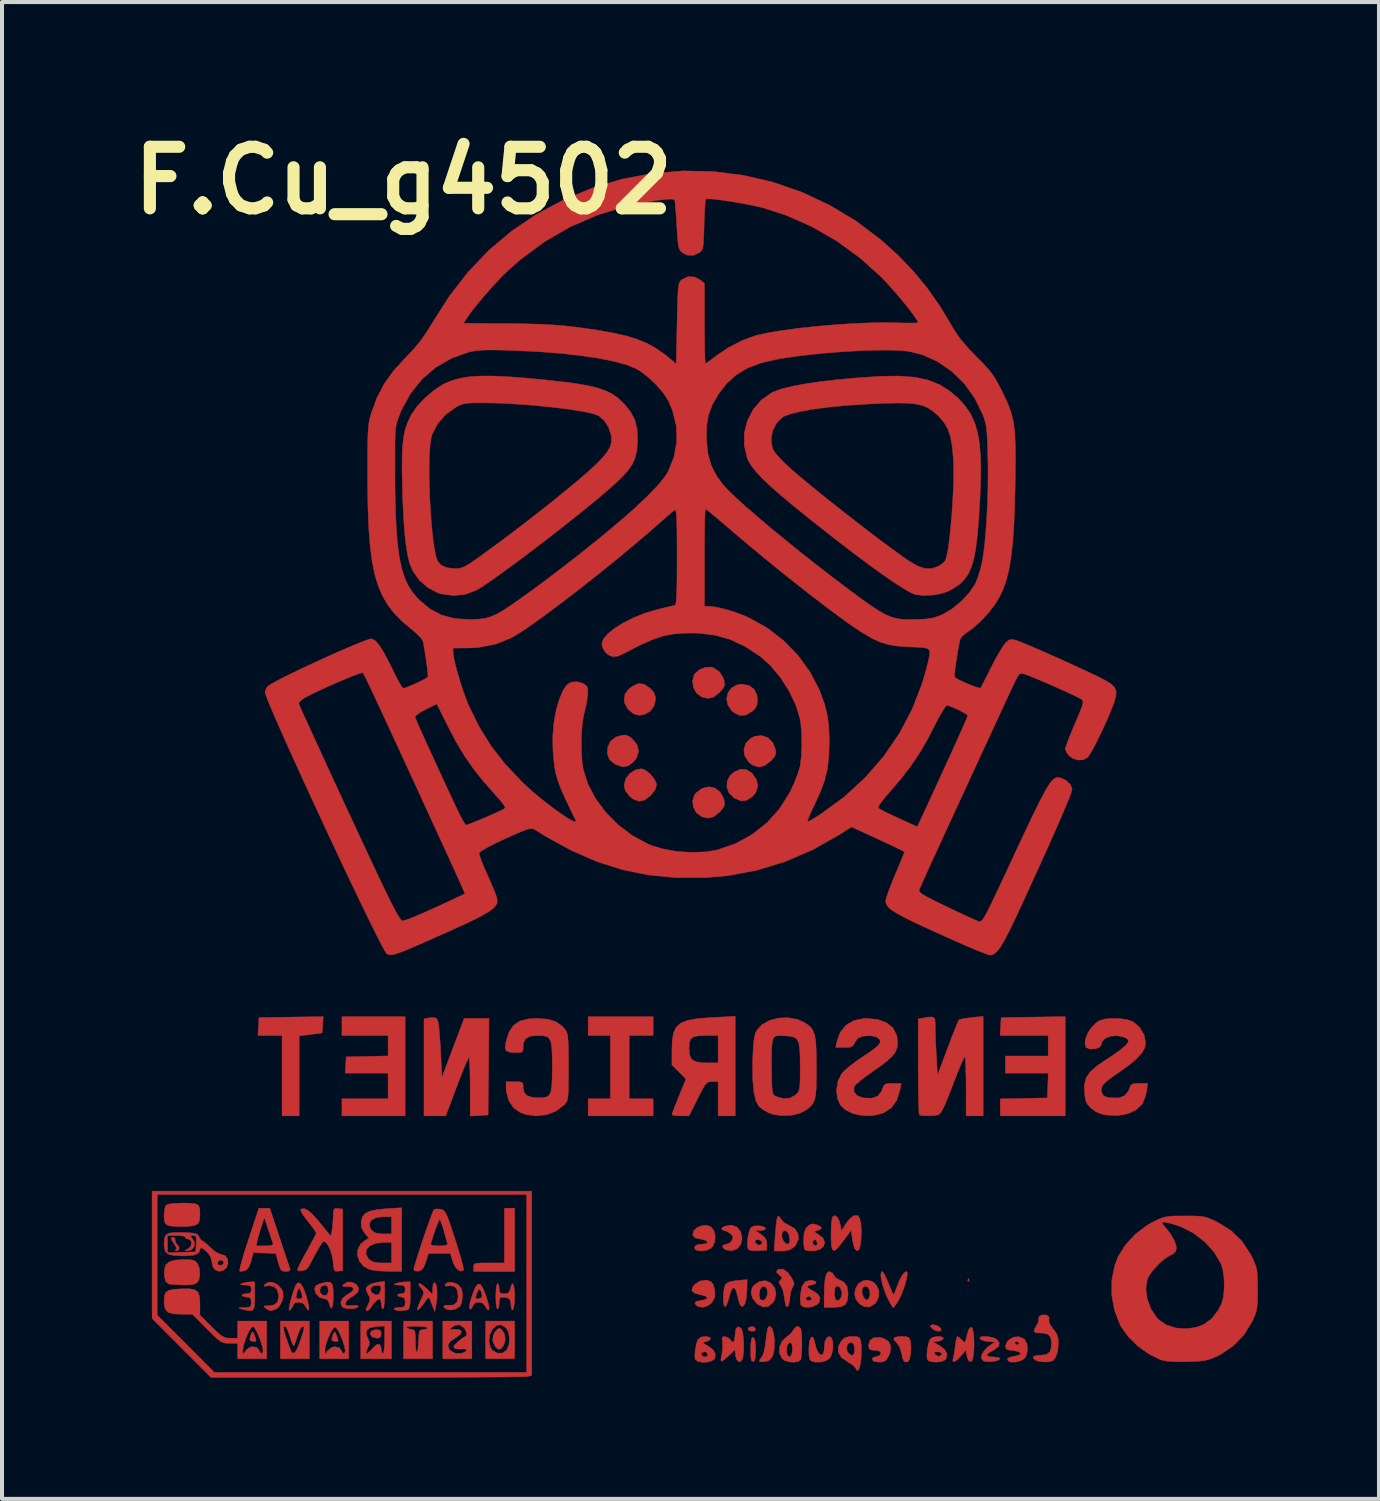
<source format=kicad_pcb>
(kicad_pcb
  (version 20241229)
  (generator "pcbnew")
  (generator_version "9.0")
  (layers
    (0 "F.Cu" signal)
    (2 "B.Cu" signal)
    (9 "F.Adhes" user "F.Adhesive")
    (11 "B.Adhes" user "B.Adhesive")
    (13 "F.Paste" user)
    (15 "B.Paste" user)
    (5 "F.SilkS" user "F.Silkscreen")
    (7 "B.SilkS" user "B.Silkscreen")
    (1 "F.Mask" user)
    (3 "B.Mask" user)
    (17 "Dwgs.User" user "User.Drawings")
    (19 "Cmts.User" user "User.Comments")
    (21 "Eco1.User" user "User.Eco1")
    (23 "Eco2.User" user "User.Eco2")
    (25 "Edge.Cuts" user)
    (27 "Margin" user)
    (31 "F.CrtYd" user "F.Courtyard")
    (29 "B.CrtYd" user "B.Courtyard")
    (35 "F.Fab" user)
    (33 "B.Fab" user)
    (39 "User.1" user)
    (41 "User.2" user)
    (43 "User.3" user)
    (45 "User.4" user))
  (footprint "F.Cu_g4502"
    (layer "F.Cu")
    (at 6.938 1.418)
    (property "Reference" "F.Cu_g4502" (at 0 0 0) (layer "F.SilkS") (effects (font (size 1.524 1.524) (thickness 0.3))))
    (attr through_hole)
    (fp_poly (pts (xy 13.998 27.192) (xy 14.003 27.242) (xy 13.998 27.249) (xy 13.973 27.243) (xy 13.97 27.22) (xy 13.985 27.185) (xy 13.998 27.192)) (stroke (width 0.01) (type solid)) (fill yes) (layer "F.Cu"))
    (fp_poly (pts (xy 8.662 28.376) (xy 8.676 28.383) (xy 8.719 28.437) (xy 8.721 28.45) (xy 8.688 28.483) (xy 8.616 28.488) (xy 8.548 28.466) (xy 8.53 28.448) (xy 8.537 28.403) (xy 8.593 28.374) (xy 8.662 28.376)) (stroke (width 0.01) (type solid)) (fill yes) (layer "F.Cu"))
    (fp_poly (pts (xy 13.206 28.347) (xy 13.285 28.395) (xy 13.308 28.426) (xy 13.301 28.477) (xy 13.241 28.489) (xy 13.153 28.463) (xy 13.1 28.43) (xy 13.048 28.374) (xy 13.047 28.341) (xy 13.114 28.325) (xy 13.206 28.347)) (stroke (width 0.01) (type solid)) (fill yes) (layer "F.Cu"))
    (fp_poly (pts (xy -3.718 28.517) (xy -3.688 28.588) (xy -3.651 28.688) (xy -3.65 28.733) (xy -3.692 28.744) (xy -3.725 28.744) (xy -3.793 28.722) (xy -3.807 28.691) (xy -3.789 28.61) (xy -3.769 28.554) (xy -3.742 28.502) (xy -3.718 28.517)) (stroke (width 0.01) (type solid)) (fill yes) (layer "F.Cu"))
    (fp_poly (pts (xy -1.998 20.901) (xy -2.011 21.103) (xy -2.582 21.177) (xy -2.582 23.156) (xy -3.006 23.156) (xy -3.006 21.167) (xy -3.603 21.167) (xy -3.59 20.944) (xy -3.577 20.722) (xy -2.781 20.711) (xy -1.985 20.699) (xy -1.998 20.901)) (stroke (width 0.01) (type solid)) (fill yes) (layer "F.Cu"))
    (fp_poly (pts (xy -1.686 28.517) (xy -1.656 28.588) (xy -1.619 28.688) (xy -1.618 28.733) (xy -1.66 28.744) (xy -1.693 28.744) (xy -1.761 28.722) (xy -1.775 28.691) (xy -1.757 28.61) (xy -1.737 28.554) (xy -1.71 28.502) (xy -1.686 28.517)) (stroke (width 0.01) (type solid)) (fill yes) (layer "F.Cu"))
    (fp_poly (pts (xy -0.584 28.46) (xy -0.553 28.512) (xy -0.55 28.554) (xy -0.569 28.635) (xy -0.637 28.659) (xy -0.648 28.66) (xy -0.746 28.64) (xy -0.793 28.612) (xy -0.825 28.539) (xy -0.787 28.479) (xy -0.692 28.449) (xy -0.673 28.448) (xy -0.584 28.46)) (stroke (width 0.01) (type solid)) (fill yes) (layer "F.Cu"))
    (fp_poly (pts (xy 2.752 27.009) (xy 1.736 27.009) (xy 1.736 26.903) (xy 1.739 26.853) (xy 1.759 26.822) (xy 1.812 26.805) (xy 1.915 26.798) (xy 2.083 26.797) (xy 2.117 26.797) (xy 2.498 26.797) (xy 2.498 25.442) (xy 2.752 25.442) (xy 2.752 27.009)) (stroke (width 0.01) (type solid)) (fill yes) (layer "F.Cu"))
    (fp_poly (pts (xy 6.181 21.167) (xy 5.588 21.167) (xy 5.588 22.733) (xy 6.181 22.733) (xy 6.181 23.156) (xy 4.572 23.156) (xy 4.572 22.733) (xy 5.122 22.733) (xy 5.122 21.167) (xy 4.572 21.167) (xy 4.572 20.701) (xy 6.181 20.701) (xy 6.181 21.167)) (stroke (width 0.01) (type solid)) (fill yes) (layer "F.Cu"))
    (fp_poly (pts (xy 2.398 28.422) (xy 2.425 28.441) (xy 2.5 28.553) (xy 2.52 28.697) (xy 2.488 28.817) (xy 2.419 28.92) (xy 2.35 28.938) (xy 2.276 28.874) (xy 2.269 28.864) (xy 2.207 28.715) (xy 2.23 28.568) (xy 2.281 28.486) (xy 2.346 28.421) (xy 2.398 28.422)) (stroke (width 0.01) (type solid)) (fill yes) (layer "F.Cu"))
    (fp_poly (pts (xy 0.042 23.156) (xy -1.524 23.156) (xy -1.524 22.733) (xy -0.381 22.733) (xy -0.381 22.098) (xy -1.444 22.098) (xy -1.431 21.897) (xy -1.418 21.696) (xy -0.9 21.684) (xy -0.381 21.672) (xy -0.381 21.167) (xy -1.524 21.167) (xy -1.524 20.701) (xy 0.042 20.701) (xy 0.042 23.156)) (stroke (width 0.01) (type solid)) (fill yes) (layer "F.Cu"))
    (fp_poly (pts (xy 8.676 28.651) (xy 8.706 28.74) (xy 8.72 28.905) (xy 8.721 28.978) (xy 8.711 29.137) (xy 8.683 29.225) (xy 8.639 29.237) (xy 8.621 29.223) (xy 8.604 29.166) (xy 8.595 29.054) (xy 8.595 28.918) (xy 8.601 28.785) (xy 8.615 28.683) (xy 8.632 28.641) (xy 8.676 28.651)) (stroke (width 0.01) (type solid)) (fill yes) (layer "F.Cu"))
    (fp_poly (pts (xy 16.383 23.156) (xy 14.774 23.156) (xy 14.774 22.735) (xy 15.356 22.724) (xy 15.938 22.712) (xy 15.951 22.405) (xy 15.963 22.098) (xy 14.901 22.098) (xy 14.901 21.675) (xy 15.96 21.675) (xy 15.96 21.167) (xy 14.77 21.167) (xy 14.796 20.722) (xy 15.589 20.711) (xy 16.383 20.699) (xy 16.383 23.156)) (stroke (width 0.01) (type solid)) (fill yes) (layer "F.Cu"))
    (fp_poly (pts (xy -5.652 26.191) (xy -5.655 26.219) (xy -5.644 26.289) (xy -5.611 26.33) (xy -5.555 26.404) (xy -5.555 26.469) (xy -5.612 26.497) (xy -5.62 26.497) (xy -5.66 26.487) (xy -5.641 26.473) (xy -5.617 26.437) (xy -5.651 26.364) (xy -5.672 26.332) (xy -5.738 26.231) (xy -5.751 26.18) (xy -5.714 26.163) (xy -5.695 26.162) (xy -5.652 26.191)) (stroke (width 0.01) (type solid)) (fill yes) (layer "F.Cu"))
    (fp_poly (pts (xy 5.596 13.769) (xy 5.676 13.833) (xy 5.79 13.98) (xy 5.821 14.137) (xy 5.769 14.296) (xy 5.694 14.393) (xy 5.558 14.494) (xy 5.414 14.514) (xy 5.25 14.455) (xy 5.221 14.438) (xy 5.098 14.331) (xy 5.047 14.195) (xy 5.057 14.029) (xy 5.123 13.881) (xy 5.258 13.779) (xy 5.405 13.734) (xy 5.505 13.729) (xy 5.596 13.769)) (stroke (width 0.01) (type solid)) (fill yes) (layer "F.Cu"))
    (fp_poly (pts (xy 5.987 14.597) (xy 6.098 14.684) (xy 6.196 14.798) (xy 6.257 14.914) (xy 6.265 14.965) (xy 6.227 15.089) (xy 6.121 15.223) (xy 5.971 15.337) (xy 5.826 15.367) (xy 5.683 15.313) (xy 5.591 15.237) (xy 5.491 15.103) (xy 5.462 14.972) (xy 5.502 14.811) (xy 5.605 14.676) (xy 5.752 14.587) (xy 5.886 14.563) (xy 5.987 14.597)) (stroke (width 0.01) (type solid)) (fill yes) (layer "F.Cu"))
    (fp_poly (pts (xy 8.484 14.581) (xy 8.617 14.665) (xy 8.639 14.686) (xy 8.743 14.839) (xy 8.77 15.001) (xy 8.721 15.156) (xy 8.633 15.257) (xy 8.492 15.346) (xy 8.355 15.358) (xy 8.201 15.295) (xy 8.185 15.285) (xy 8.063 15.168) (xy 8.006 15.02) (xy 8.016 14.865) (xy 8.091 14.724) (xy 8.183 14.645) (xy 8.345 14.575) (xy 8.484 14.581)) (stroke (width 0.01) (type solid)) (fill yes) (layer "F.Cu"))
    (fp_poly (pts (xy 8.558 12.503) (xy 8.686 12.599) (xy 8.754 12.752) (xy 8.763 12.852) (xy 8.75 12.984) (xy 8.699 13.078) (xy 8.633 13.141) (xy 8.474 13.233) (xy 8.318 13.242) (xy 8.168 13.166) (xy 8.125 13.127) (xy 8.028 12.981) (xy 8 12.825) (xy 8.035 12.678) (xy 8.125 12.558) (xy 8.264 12.484) (xy 8.375 12.469) (xy 8.558 12.503)) (stroke (width 0.01) (type solid)) (fill yes) (layer "F.Cu"))
    (fp_poly (pts (xy 9.026 13.797) (xy 9.145 13.918) (xy 9.212 14.088) (xy 9.219 14.18) (xy 9.189 14.258) (xy 9.107 14.354) (xy 9.09 14.371) (xy 8.934 14.489) (xy 8.785 14.522) (xy 8.639 14.471) (xy 8.548 14.397) (xy 8.45 14.248) (xy 8.427 14.089) (xy 8.472 13.939) (xy 8.581 13.818) (xy 8.697 13.759) (xy 8.871 13.741) (xy 9.026 13.797)) (stroke (width 0.01) (type solid)) (fill yes) (layer "F.Cu"))
    (fp_poly (pts (xy 5.955 12.47) (xy 6.103 12.567) (xy 6.104 12.568) (xy 6.199 12.672) (xy 6.236 12.782) (xy 6.24 12.848) (xy 6.204 13.007) (xy 6.111 13.134) (xy 5.979 13.216) (xy 5.829 13.24) (xy 5.694 13.201) (xy 5.556 13.087) (xy 5.476 12.938) (xy 5.463 12.848) (xy 5.486 12.715) (xy 5.564 12.604) (xy 5.672 12.518) (xy 5.816 12.454) (xy 5.955 12.47)) (stroke (width 0.01) (type solid)) (fill yes) (layer "F.Cu"))
    (fp_poly (pts (xy 7.712 15.041) (xy 7.841 15.139) (xy 7.927 15.299) (xy 7.942 15.358) (xy 7.95 15.45) (xy 7.919 15.528) (xy 7.838 15.622) (xy 7.82 15.641) (xy 7.68 15.751) (xy 7.543 15.786) (xy 7.387 15.751) (xy 7.381 15.748) (xy 7.255 15.657) (xy 7.179 15.521) (xy 7.158 15.367) (xy 7.2 15.22) (xy 7.243 15.161) (xy 7.396 15.047) (xy 7.558 15.008) (xy 7.712 15.041)) (stroke (width 0.01) (type solid)) (fill yes) (layer "F.Cu"))
    (fp_poly (pts (xy 12.456 28.623) (xy 12.515 28.649) (xy 12.545 28.714) (xy 12.553 28.748) (xy 12.565 28.875) (xy 12.558 29.028) (xy 12.553 29.066) (xy 12.526 29.187) (xy 12.487 29.243) (xy 12.446 29.252) (xy 12.392 29.233) (xy 12.358 29.162) (xy 12.337 29.057) (xy 12.284 28.877) (xy 12.209 28.775) (xy 12.14 28.698) (xy 12.147 28.648) (xy 12.232 28.622) (xy 12.339 28.617) (xy 12.456 28.623)) (stroke (width 0.01) (type solid)) (fill yes) (layer "F.Cu"))
    (fp_poly (pts (xy 7.667 12.059) (xy 7.821 12.161) (xy 7.921 12.32) (xy 7.942 12.395) (xy 7.949 12.487) (xy 7.919 12.565) (xy 7.837 12.66) (xy 7.82 12.678) (xy 7.68 12.788) (xy 7.543 12.822) (xy 7.387 12.787) (xy 7.381 12.785) (xy 7.256 12.693) (xy 7.179 12.554) (xy 7.156 12.394) (xy 7.196 12.24) (xy 7.218 12.205) (xy 7.325 12.112) (xy 7.472 12.055) (xy 7.618 12.046) (xy 7.667 12.059)) (stroke (width 0.01) (type solid)) (fill yes) (layer "F.Cu"))
    (fp_poly (pts (xy 9.127 28.427) (xy 9.163 28.54) (xy 9.183 28.688) (xy 9.186 28.763) (xy 9.172 28.981) (xy 9.127 29.128) (xy 9.048 29.213) (xy 8.942 29.244) (xy 8.849 29.245) (xy 8.806 29.229) (xy 8.805 29.227) (xy 8.831 29.174) (xy 8.872 29.122) (xy 8.914 29.035) (xy 8.949 28.883) (xy 8.969 28.729) (xy 8.988 28.571) (xy 9.01 28.447) (xy 9.03 28.38) (xy 9.033 28.376) (xy 9.082 28.367) (xy 9.127 28.427)) (stroke (width 0.01) (type solid)) (fill yes) (layer "F.Cu"))
    (fp_poly (pts (xy -5.28 26.717) (xy -5.187 26.735) (xy -5.129 26.775) (xy -5.104 26.806) (xy -5.054 26.928) (xy -5.04 27.074) (xy -5.062 27.208) (xy -5.104 27.281) (xy -5.176 27.321) (xy -5.3 27.34) (xy -5.453 27.342) (xy -5.61 27.337) (xy -5.74 27.328) (xy -5.81 27.318) (xy -5.883 27.258) (xy -5.92 27.13) (xy -5.919 26.963) (xy -5.884 26.846) (xy -5.799 26.769) (xy -5.653 26.727) (xy -5.436 26.713) (xy -5.432 26.713) (xy -5.28 26.717)) (stroke (width 0.01) (type solid)) (fill yes) (layer "F.Cu"))
    (fp_poly (pts (xy 2.752 29.168) (xy 2.032 29.168) (xy 2.032 28.735) (xy 2.117 28.735) (xy 2.151 28.883) (xy 2.201 28.956) (xy 2.32 29.028) (xy 2.444 29.03) (xy 2.547 28.961) (xy 2.559 28.947) (xy 2.612 28.816) (xy 2.624 28.657) (xy 2.598 28.507) (xy 2.54 28.406) (xy 2.424 28.331) (xy 2.31 28.342) (xy 2.204 28.433) (xy 2.135 28.574) (xy 2.117 28.735) (xy 2.032 28.735) (xy 2.032 28.236) (xy 2.752 28.236) (xy 2.752 29.168)) (stroke (width 0.01) (type solid)) (fill yes) (layer "F.Cu"))
    (fp_poly (pts (xy 8.25 25.905) (xy 8.344 26.014) (xy 8.382 26.179) (xy 8.382 26.193) (xy 8.348 26.343) (xy 8.257 26.448) (xy 8.131 26.496) (xy 7.988 26.475) (xy 7.947 26.454) (xy 7.896 26.398) (xy 7.92 26.35) (xy 8.002 26.331) (xy 8.083 26.297) (xy 8.132 26.239) (xy 8.158 26.163) (xy 8.124 26.102) (xy 8.087 26.07) (xy 7.998 26.013) (xy 7.933 25.993) (xy 7.879 25.971) (xy 7.889 25.925) (xy 7.941 25.891) (xy 8.111 25.861) (xy 8.25 25.905)) (stroke (width 0.01) (type solid)) (fill yes) (layer "F.Cu"))
    (fp_poly (pts (xy 7.61 27.256) (xy 7.671 27.336) (xy 7.706 27.466) (xy 7.709 27.61) (xy 7.698 27.668) (xy 7.635 27.782) (xy 7.529 27.861) (xy 7.407 27.896) (xy 7.294 27.877) (xy 7.239 27.835) (xy 7.213 27.784) (xy 7.245 27.751) (xy 7.346 27.728) (xy 7.405 27.72) (xy 7.501 27.693) (xy 7.519 27.654) (xy 7.466 27.613) (xy 7.35 27.583) (xy 7.204 27.544) (xy 7.14 27.482) (xy 7.157 27.397) (xy 7.216 27.324) (xy 7.341 27.245) (xy 7.485 27.22) (xy 7.61 27.256)) (stroke (width 0.01) (type solid)) (fill yes) (layer "F.Cu"))
    (fp_poly (pts (xy -5.266 25.318) (xy -5.144 25.333) (xy -5.075 25.371) (xy -5.045 25.444) (xy -5.038 25.56) (xy -5.038 25.605) (xy -5.047 25.736) (xy -5.083 25.82) (xy -5.162 25.867) (xy -5.299 25.889) (xy -5.427 25.896) (xy -5.594 25.896) (xy -5.738 25.886) (xy -5.83 25.867) (xy -5.831 25.867) (xy -5.891 25.827) (xy -5.919 25.759) (xy -5.927 25.634) (xy -5.927 25.621) (xy -5.917 25.49) (xy -5.892 25.392) (xy -5.876 25.366) (xy -5.804 25.339) (xy -5.66 25.321) (xy -5.457 25.315) (xy -5.266 25.318)) (stroke (width 0.01) (type solid)) (fill yes) (layer "F.Cu"))
    (fp_poly (pts (xy 7.607 25.899) (xy 7.685 25.994) (xy 7.718 26.129) (xy 7.707 26.273) (xy 7.65 26.396) (xy 7.605 26.438) (xy 7.507 26.481) (xy 7.386 26.499) (xy 7.278 26.491) (xy 7.218 26.458) (xy 7.209 26.39) (xy 7.275 26.346) (xy 7.393 26.331) (xy 7.497 26.318) (xy 7.527 26.285) (xy 7.489 26.245) (xy 7.388 26.212) (xy 7.342 26.204) (xy 7.227 26.179) (xy 7.173 26.131) (xy 7.163 26.092) (xy 7.186 25.998) (xy 7.269 25.922) (xy 7.386 25.874) (xy 7.512 25.866) (xy 7.607 25.899)) (stroke (width 0.01) (type solid)) (fill yes) (layer "F.Cu"))
    (fp_poly (pts (xy 3.175 29.581) (xy 3.08 29.607) (xy 3.024 29.61) (xy 2.89 29.614) (xy 2.684 29.617) (xy 2.411 29.621) (xy 2.078 29.623) (xy 1.691 29.626) (xy 1.256 29.628) (xy 0.779 29.63) (xy 0.267 29.631) (xy -0.275 29.632) (xy -0.841 29.633) (xy -0.889 29.633) (xy -4.763 29.633) (xy -6.223 28.172) (xy -6.223 25.104) (xy -6.096 25.104) (xy -6.096 28.087) (xy -4.679 29.506) (xy 3.048 29.506) (xy 3.048 25.104) (xy -6.096 25.104) (xy -6.223 25.104) (xy -6.223 25.019) (xy 3.175 25.019) (xy 3.175 29.581)) (stroke (width 0.01) (type solid)) (fill yes) (layer "F.Cu"))
    (fp_poly (pts (xy 11.877 28.66) (xy 12.007 28.737) (xy 12.064 28.856) (xy 12.049 29.012) (xy 12 29.127) (xy 11.933 29.219) (xy 11.839 29.251) (xy 11.796 29.252) (xy 11.692 29.245) (xy 11.629 29.226) (xy 11.628 29.224) (xy 11.601 29.163) (xy 11.648 29.128) (xy 11.679 29.125) (xy 11.772 29.096) (xy 11.807 29.067) (xy 11.821 29.009) (xy 11.759 28.971) (xy 11.627 28.956) (xy 11.617 28.956) (xy 11.544 28.942) (xy 11.517 28.882) (xy 11.515 28.828) (xy 11.549 28.713) (xy 11.642 28.647) (xy 11.781 28.638) (xy 11.877 28.66)) (stroke (width 0.01) (type solid)) (fill yes) (layer "F.Cu"))
    (fp_poly (pts (xy 1.293 27.302) (xy 1.358 27.341) (xy 1.427 27.418) (xy 1.456 27.522) (xy 1.46 27.617) (xy 1.445 27.764) (xy 1.406 27.863) (xy 1.397 27.872) (xy 1.283 27.941) (xy 1.15 27.963) (xy 1.047 27.937) (xy 0.993 27.884) (xy 1.012 27.847) (xy 1.094 27.841) (xy 1.121 27.845) (xy 1.247 27.836) (xy 1.329 27.758) (xy 1.355 27.636) (xy 1.333 27.472) (xy 1.267 27.38) (xy 1.157 27.36) (xy 1.136 27.364) (xy 1.046 27.372) (xy 1.025 27.343) (xy 1.026 27.336) (xy 1.082 27.285) (xy 1.181 27.274) (xy 1.293 27.302)) (stroke (width 0.01) (type solid)) (fill yes) (layer "F.Cu"))
    (fp_poly (pts (xy 8.505 27.437) (xy 8.49 27.663) (xy 8.455 27.809) (xy 8.4 27.873) (xy 8.381 27.877) (xy 8.333 27.835) (xy 8.29 27.711) (xy 8.277 27.647) (xy 8.237 27.49) (xy 8.192 27.414) (xy 8.146 27.421) (xy 8.101 27.511) (xy 8.084 27.567) (xy 8.035 27.738) (xy 7.999 27.838) (xy 7.971 27.878) (xy 7.947 27.872) (xy 7.924 27.804) (xy 7.916 27.685) (xy 7.922 27.545) (xy 7.941 27.417) (xy 7.971 27.331) (xy 7.973 27.328) (xy 8.052 27.271) (xy 8.196 27.238) (xy 8.27 27.23) (xy 8.509 27.21) (xy 8.505 27.437)) (stroke (width 0.01) (type solid)) (fill yes) (layer "F.Cu"))
    (fp_poly (pts (xy -3.222 27.279) (xy -3.108 27.34) (xy -3.017 27.444) (xy -2.985 27.516) (xy -2.978 27.642) (xy -3.019 27.779) (xy -3.092 27.893) (xy -3.161 27.943) (xy -3.263 27.976) (xy -3.33 27.971) (xy -3.404 27.925) (xy -3.41 27.92) (xy -3.458 27.879) (xy -3.444 27.861) (xy -3.358 27.857) (xy -3.342 27.857) (xy -3.198 27.834) (xy -3.117 27.764) (xy -3.091 27.634) (xy -3.09 27.617) (xy -3.12 27.47) (xy -3.203 27.381) (xy -3.329 27.36) (xy -3.356 27.365) (xy -3.438 27.376) (xy -3.452 27.359) (xy -3.429 27.326) (xy -3.336 27.271) (xy -3.222 27.279)) (stroke (width 0.01) (type solid)) (fill yes) (layer "F.Cu"))
    (fp_poly (pts (xy 10.598 28.654) (xy 10.627 28.747) (xy 10.633 28.872) (xy 10.616 29.003) (xy 10.577 29.117) (xy 10.541 29.168) (xy 10.447 29.223) (xy 10.322 29.252) (xy 10.196 29.253) (xy 10.097 29.225) (xy 10.059 29.185) (xy 10.039 29.079) (xy 10.035 28.931) (xy 10.046 28.783) (xy 10.06 28.713) (xy 10.096 28.631) (xy 10.134 28.631) (xy 10.17 28.708) (xy 10.186 28.786) (xy 10.224 28.93) (xy 10.277 29.029) (xy 10.333 29.075) (xy 10.382 29.06) (xy 10.411 28.98) (xy 10.415 28.922) (xy 10.432 28.748) (xy 10.481 28.645) (xy 10.546 28.617) (xy 10.598 28.654)) (stroke (width 0.01) (type solid)) (fill yes) (layer "F.Cu"))
    (fp_poly (pts (xy -1.355 29.168) (xy -2.074 29.168) (xy -2.074 28.956) (xy -1.944 28.956) (xy -1.943 29.062) (xy -1.876 28.967) (xy -1.772 28.886) (xy -1.691 28.871) (xy -1.586 28.897) (xy -1.545 28.956) (xy -1.504 29.027) (xy -1.461 29.033) (xy -1.442 28.974) (xy -1.442 28.967) (xy -1.46 28.861) (xy -1.502 28.728) (xy -1.558 28.591) (xy -1.617 28.473) (xy -1.669 28.399) (xy -1.693 28.384) (xy -1.742 28.421) (xy -1.801 28.516) (xy -1.861 28.645) (xy -1.911 28.784) (xy -1.94 28.908) (xy -1.944 28.956) (xy -2.074 28.956) (xy -2.074 28.236) (xy -1.355 28.236) (xy -1.355 29.168)) (stroke (width 0.01) (type solid)) (fill yes) (layer "F.Cu"))
    (fp_poly (pts (xy 11.61 27.256) (xy 11.711 27.35) (xy 11.766 27.479) (xy 11.77 27.622) (xy 11.713 27.757) (xy 11.671 27.806) (xy 11.543 27.885) (xy 11.412 27.881) (xy 11.288 27.81) (xy 11.197 27.694) (xy 11.168 27.556) (xy 11.172 27.539) (xy 11.352 27.539) (xy 11.391 27.649) (xy 11.45 27.713) (xy 11.507 27.699) (xy 11.545 27.614) (xy 11.549 27.585) (xy 11.54 27.468) (xy 11.492 27.39) (xy 11.419 27.372) (xy 11.406 27.376) (xy 11.355 27.435) (xy 11.352 27.539) (xy 11.172 27.539) (xy 11.195 27.419) (xy 11.271 27.304) (xy 11.389 27.233) (xy 11.472 27.22) (xy 11.61 27.256)) (stroke (width 0.01) (type solid)) (fill yes) (layer "F.Cu"))
    (fp_poly (pts (xy 0.83 20.753) (xy 0.854 20.82) (xy 0.877 20.965) (xy 0.897 21.185) (xy 0.916 21.472) (xy 0.917 21.505) (xy 0.953 22.204) (xy 1.227 21.474) (xy 1.502 20.743) (xy 2.118 20.743) (xy 2.107 21.939) (xy 2.095 23.135) (xy 1.873 23.148) (xy 1.651 23.161) (xy 1.651 22.439) (xy 1.649 22.202) (xy 1.644 21.998) (xy 1.637 21.841) (xy 1.628 21.743) (xy 1.619 21.717) (xy 1.595 21.755) (xy 1.547 21.86) (xy 1.48 22.019) (xy 1.4 22.22) (xy 1.317 22.437) (xy 1.047 23.156) (xy 0.508 23.156) (xy 0.508 20.754) (xy 0.643 20.727) (xy 0.771 20.723) (xy 0.83 20.753)) (stroke (width 0.01) (type solid)) (fill yes) (layer "F.Cu"))
    (fp_poly (pts (xy 9.095 27.293) (xy 9.192 27.413) (xy 9.223 27.563) (xy 9.185 27.718) (xy 9.143 27.784) (xy 9.028 27.877) (xy 8.899 27.888) (xy 8.761 27.817) (xy 8.744 27.802) (xy 8.643 27.673) (xy 8.617 27.578) (xy 8.806 27.578) (xy 8.818 27.673) (xy 8.835 27.702) (xy 8.904 27.728) (xy 8.967 27.685) (xy 9.006 27.587) (xy 9.01 27.563) (xy 9.001 27.445) (xy 8.956 27.379) (xy 8.887 27.379) (xy 8.86 27.397) (xy 8.821 27.471) (xy 8.806 27.578) (xy 8.617 27.578) (xy 8.605 27.533) (xy 8.634 27.404) (xy 8.673 27.353) (xy 8.816 27.254) (xy 8.963 27.236) (xy 9.095 27.293)) (stroke (width 0.01) (type solid)) (fill yes) (layer "F.Cu"))
    (fp_poly (pts (xy 9.403 26.951) (xy 9.514 27.033) (xy 9.605 27.159) (xy 9.659 27.261) (xy 9.67 27.327) (xy 9.639 27.39) (xy 9.631 27.402) (xy 9.586 27.508) (xy 9.567 27.638) (xy 9.567 27.643) (xy 9.556 27.76) (xy 9.532 27.847) (xy 9.501 27.888) (xy 9.471 27.865) (xy 9.467 27.854) (xy 9.449 27.775) (xy 9.428 27.652) (xy 9.421 27.602) (xy 9.391 27.47) (xy 9.347 27.366) (xy 9.331 27.344) (xy 9.291 27.283) (xy 9.316 27.236) (xy 9.334 27.22) (xy 9.375 27.174) (xy 9.349 27.132) (xy 9.314 27.106) (xy 9.239 27.034) (xy 9.246 26.978) (xy 9.295 26.95) (xy 9.403 26.951)) (stroke (width 0.01) (type solid)) (fill yes) (layer "F.Cu"))
    (fp_poly (pts (xy 12.475 27.044) (xy 12.466 27.138) (xy 12.435 27.27) (xy 12.387 27.423) (xy 12.327 27.578) (xy 12.262 27.715) (xy 12.198 27.816) (xy 12.198 27.816) (xy 12.124 27.908) (xy 12.059 27.807) (xy 11.985 27.673) (xy 11.919 27.515) (xy 11.866 27.353) (xy 11.83 27.203) (xy 11.816 27.086) (xy 11.83 27.018) (xy 11.848 27.009) (xy 11.875 27.03) (xy 11.916 27.1) (xy 11.975 27.228) (xy 12.057 27.423) (xy 12.103 27.537) (xy 12.126 27.573) (xy 12.152 27.551) (xy 12.189 27.461) (xy 12.207 27.408) (xy 12.281 27.221) (xy 12.357 27.086) (xy 12.428 27.016) (xy 12.454 27.009) (xy 12.475 27.044)) (stroke (width 0.01) (type solid)) (fill yes) (layer "F.Cu"))
    (fp_poly (pts (xy -0.296 29.168) (xy -1.058 29.168) (xy -1.058 29.039) (xy -0.925 29.039) (xy -0.879 29.025) (xy -0.793 28.943) (xy -0.762 28.907) (xy -0.667 28.82) (xy -0.596 28.809) (xy -0.556 28.872) (xy -0.55 28.937) (xy -0.536 29.016) (xy -0.508 29.041) (xy -0.487 29.001) (xy -0.472 28.893) (xy -0.466 28.732) (xy -0.466 28.7) (xy -0.466 28.359) (xy -0.662 28.372) (xy -0.826 28.401) (xy -0.912 28.465) (xy -0.922 28.564) (xy -0.884 28.654) (xy -0.841 28.751) (xy -0.849 28.828) (xy -0.872 28.875) (xy -0.924 28.989) (xy -0.925 29.039) (xy -1.058 29.039) (xy -1.058 28.236) (xy -0.296 28.236) (xy -0.296 29.168)) (stroke (width 0.01) (type solid)) (fill yes) (layer "F.Cu"))
    (fp_poly (pts (xy 14.088 28.423) (xy 14.111 28.524) (xy 14.123 28.666) (xy 14.126 28.828) (xy 14.119 28.988) (xy 14.102 29.125) (xy 14.075 29.217) (xy 14.049 29.243) (xy 13.994 29.225) (xy 13.958 29.136) (xy 13.952 29.107) (xy 13.924 28.957) (xy 13.794 29.105) (xy 13.692 29.208) (xy 13.624 29.248) (xy 13.597 29.224) (xy 13.609 29.157) (xy 13.63 29.06) (xy 13.652 28.919) (xy 13.661 28.84) (xy 13.679 28.716) (xy 13.701 28.635) (xy 13.715 28.617) (xy 13.763 28.646) (xy 13.825 28.706) (xy 13.873 28.754) (xy 13.902 28.755) (xy 13.925 28.695) (xy 13.948 28.589) (xy 13.991 28.448) (xy 14.042 28.387) (xy 14.055 28.384) (xy 14.088 28.423)) (stroke (width 0.01) (type solid)) (fill yes) (layer "F.Cu"))
    (fp_poly (pts (xy 14.504 28.627) (xy 14.614 28.654) (xy 14.688 28.692) (xy 14.753 28.778) (xy 14.733 28.862) (xy 14.629 28.945) (xy 14.582 28.97) (xy 14.471 29.035) (xy 14.443 29.085) (xy 14.497 29.116) (xy 14.609 29.125) (xy 14.726 29.135) (xy 14.766 29.166) (xy 14.764 29.178) (xy 14.715 29.211) (xy 14.615 29.234) (xy 14.496 29.243) (xy 14.391 29.234) (xy 14.362 29.225) (xy 14.307 29.167) (xy 14.314 29.076) (xy 14.374 28.97) (xy 14.479 28.864) (xy 14.584 28.794) (xy 14.633 28.762) (xy 14.613 28.749) (xy 14.534 28.746) (xy 14.385 28.731) (xy 14.291 28.695) (xy 14.266 28.655) (xy 14.302 28.625) (xy 14.391 28.616) (xy 14.504 28.627)) (stroke (width 0.01) (type solid)) (fill yes) (layer "F.Cu"))
    (fp_poly (pts (xy -1.806 27.277) (xy -1.758 27.341) (xy -1.738 27.47) (xy -1.736 27.598) (xy -1.742 27.762) (xy -1.759 27.872) (xy -1.783 27.92) (xy -1.811 27.898) (xy -1.835 27.812) (xy -1.871 27.719) (xy -1.939 27.687) (xy -1.961 27.686) (xy -2.079 27.648) (xy -2.169 27.554) (xy -2.194 27.466) (xy -2.071 27.466) (xy -2.059 27.538) (xy -2.002 27.59) (xy -1.949 27.601) (xy -1.886 27.582) (xy -1.864 27.509) (xy -1.863 27.474) (xy -1.876 27.382) (xy -1.925 27.349) (xy -1.949 27.347) (xy -2.035 27.381) (xy -2.071 27.466) (xy -2.194 27.466) (xy -2.201 27.441) (xy -2.178 27.372) (xy -2.097 27.322) (xy -2.035 27.301) (xy -1.895 27.268) (xy -1.806 27.277)) (stroke (width 0.01) (type solid)) (fill yes) (layer "F.Cu"))
    (fp_poly (pts (xy -1.269 27.273) (xy -1.167 27.329) (xy -1.108 27.425) (xy -1.128 27.518) (xy -1.231 27.61) (xy -1.327 27.664) (xy -1.405 27.731) (xy -1.432 27.787) (xy -1.431 27.836) (xy -1.387 27.854) (xy -1.281 27.849) (xy -1.274 27.848) (xy -1.161 27.847) (xy -1.114 27.867) (xy -1.114 27.875) (xy -1.165 27.913) (xy -1.266 27.931) (xy -1.382 27.929) (xy -1.481 27.907) (xy -1.521 27.881) (xy -1.554 27.784) (xy -1.515 27.681) (xy -1.41 27.59) (xy -1.371 27.569) (xy -1.266 27.499) (xy -1.236 27.435) (xy -1.278 27.39) (xy -1.392 27.38) (xy -1.394 27.38) (xy -1.485 27.383) (xy -1.507 27.364) (xy -1.482 27.327) (xy -1.388 27.271) (xy -1.269 27.273)) (stroke (width 0.01) (type solid)) (fill yes) (layer "F.Cu"))
    (fp_poly (pts (xy 0.72 29.168) (xy 0 29.168) (xy 0 28.381) (xy 0.08 28.381) (xy 0.081 28.403) (xy 0.085 28.406) (xy 0.183 28.443) (xy 0.222 28.447) (xy 0.263 28.46) (xy 0.286 28.51) (xy 0.295 28.614) (xy 0.296 28.716) (xy 0.302 28.89) (xy 0.317 28.988) (xy 0.336 29.007) (xy 0.355 28.947) (xy 0.369 28.805) (xy 0.372 28.748) (xy 0.38 28.592) (xy 0.394 28.502) (xy 0.419 28.46) (xy 0.463 28.449) (xy 0.489 28.448) (xy 0.567 28.433) (xy 0.593 28.406) (xy 0.554 28.384) (xy 0.449 28.369) (xy 0.307 28.364) (xy 0.154 28.368) (xy 0.08 28.381) (xy 0 28.381) (xy 0 28.236) (xy 0.72 28.236) (xy 0.72 29.168)) (stroke (width 0.01) (type solid)) (fill yes) (layer "F.Cu"))
    (fp_poly (pts (xy 0.796 27.299) (xy 0.821 27.377) (xy 0.833 27.5) (xy 0.831 27.648) (xy 0.815 27.777) (xy 0.776 28.003) (xy 0.725 27.877) (xy 0.682 27.767) (xy 0.651 27.686) (xy 0.624 27.655) (xy 0.582 27.692) (xy 0.557 27.726) (xy 0.459 27.861) (xy 0.386 27.944) (xy 0.346 27.965) (xy 0.34 27.952) (xy 0.357 27.886) (xy 0.401 27.776) (xy 0.431 27.71) (xy 0.484 27.594) (xy 0.5 27.525) (xy 0.48 27.474) (xy 0.452 27.441) (xy 0.385 27.351) (xy 0.38 27.308) (xy 0.426 27.315) (xy 0.512 27.375) (xy 0.55 27.411) (xy 0.72 27.576) (xy 0.72 27.443) (xy 0.731 27.343) (xy 0.759 27.286) (xy 0.76 27.285) (xy 0.796 27.299)) (stroke (width 0.01) (type solid)) (fill yes) (layer "F.Cu"))
    (fp_poly (pts (xy 9.324 25.678) (xy 9.34 25.708) (xy 9.422 25.799) (xy 9.543 25.865) (xy 9.546 25.866) (xy 9.69 25.949) (xy 9.768 26.072) (xy 9.777 26.214) (xy 9.71 26.357) (xy 9.675 26.397) (xy 9.579 26.468) (xy 9.458 26.497) (xy 9.373 26.501) (xy 9.175 26.501) (xy 9.201 26.149) (xy 9.367 26.149) (xy 9.404 26.248) (xy 9.465 26.318) (xy 9.505 26.331) (xy 9.55 26.311) (xy 9.563 26.236) (xy 9.559 26.173) (xy 9.53 26.063) (xy 9.477 26.001) (xy 9.418 25.996) (xy 9.371 26.056) (xy 9.367 26.149) (xy 9.201 26.149) (xy 9.205 26.089) (xy 9.223 25.868) (xy 9.242 25.724) (xy 9.263 25.649) (xy 9.289 25.637) (xy 9.324 25.678)) (stroke (width 0.01) (type solid)) (fill yes) (layer "F.Cu"))
    (fp_poly (pts (xy 10.617 27.044) (xy 10.646 27.091) (xy 10.705 27.169) (xy 10.765 27.202) (xy 10.904 27.27) (xy 10.981 27.378) (xy 11.006 27.543) (xy 11.007 27.563) (xy 10.991 27.727) (xy 10.937 27.83) (xy 10.829 27.882) (xy 10.654 27.898) (xy 10.644 27.898) (xy 10.414 27.898) (xy 10.414 27.612) (xy 10.416 27.561) (xy 10.668 27.561) (xy 10.686 27.68) (xy 10.731 27.731) (xy 10.792 27.708) (xy 10.836 27.647) (xy 10.857 27.534) (xy 10.821 27.425) (xy 10.779 27.382) (xy 10.715 27.369) (xy 10.679 27.433) (xy 10.668 27.561) (xy 10.416 27.561) (xy 10.421 27.351) (xy 10.442 27.168) (xy 10.477 27.056) (xy 10.528 27.011) (xy 10.544 27.009) (xy 10.617 27.044)) (stroke (width 0.01) (type solid)) (fill yes) (layer "F.Cu"))
    (fp_poly (pts (xy 8.885 25.888) (xy 8.955 25.925) (xy 8.964 25.94) (xy 8.942 25.98) (xy 8.845 25.993) (xy 8.708 25.993) (xy 8.852 26.09) (xy 8.95 26.171) (xy 8.991 26.26) (xy 8.996 26.333) (xy 8.996 26.48) (xy 8.773 26.492) (xy 8.633 26.494) (xy 8.557 26.476) (xy 8.524 26.437) (xy 8.513 26.341) (xy 8.517 26.278) (xy 8.702 26.278) (xy 8.725 26.315) (xy 8.798 26.36) (xy 8.861 26.334) (xy 8.879 26.302) (xy 8.86 26.254) (xy 8.795 26.222) (xy 8.725 26.224) (xy 8.715 26.229) (xy 8.702 26.278) (xy 8.517 26.278) (xy 8.522 26.203) (xy 8.547 26.06) (xy 8.583 25.95) (xy 8.601 25.921) (xy 8.672 25.884) (xy 8.779 25.874) (xy 8.885 25.888)) (stroke (width 0.01) (type solid)) (fill yes) (layer "F.Cu"))
    (fp_poly (pts (xy 13.294 28.62) (xy 13.357 28.641) (xy 13.367 28.67) (xy 13.317 28.713) (xy 13.229 28.737) (xy 13.109 28.751) (xy 13.275 28.844) (xy 13.402 28.944) (xy 13.458 29.054) (xy 13.437 29.163) (xy 13.418 29.191) (xy 13.342 29.233) (xy 13.227 29.252) (xy 13.105 29.249) (xy 13.007 29.222) (xy 12.968 29.186) (xy 12.957 29.093) (xy 12.961 29.034) (xy 13.145 29.034) (xy 13.167 29.063) (xy 13.241 29.112) (xy 13.306 29.086) (xy 13.325 29.049) (xy 13.303 29.01) (xy 13.228 28.998) (xy 13.151 29.005) (xy 13.145 29.034) (xy 12.961 29.034) (xy 12.967 28.957) (xy 12.991 28.815) (xy 13.026 28.705) (xy 13.044 28.675) (xy 13.107 28.637) (xy 13.201 28.619) (xy 13.294 28.62)) (stroke (width 0.01) (type solid)) (fill yes) (layer "F.Cu"))
    (fp_poly (pts (xy -3.683 27.622) (xy -3.685 27.807) (xy -3.7 27.92) (xy -3.74 27.973) (xy -3.818 27.98) (xy -3.947 27.954) (xy -4 27.94) (xy -4.073 27.92) (xy -4.075 27.909) (xy -4.003 27.904) (xy -3.948 27.903) (xy -3.835 27.895) (xy -3.783 27.869) (xy -3.768 27.807) (xy -3.768 27.771) (xy -3.779 27.68) (xy -3.828 27.647) (xy -3.871 27.644) (xy -3.961 27.628) (xy -4 27.601) (xy -3.984 27.571) (xy -3.902 27.559) (xy -3.897 27.559) (xy -3.805 27.548) (xy -3.771 27.502) (xy -3.768 27.453) (xy -3.778 27.383) (xy -3.826 27.352) (xy -3.926 27.344) (xy -4.021 27.339) (xy -4.038 27.326) (xy -4 27.305) (xy -3.892 27.276) (xy -3.799 27.266) (xy -3.683 27.263) (xy -3.683 27.622)) (stroke (width 0.01) (type solid)) (fill yes) (layer "F.Cu"))
    (fp_poly (pts (xy 0.169 27.597) (xy 0.166 27.773) (xy 0.153 27.882) (xy 0.128 27.939) (xy 0.102 27.957) (xy -0.004 27.979) (xy -0.119 27.979) (xy -0.209 27.959) (xy -0.233 27.94) (xy -0.215 27.911) (xy -0.129 27.898) (xy -0.108 27.898) (xy -0.008 27.891) (xy 0.034 27.856) (xy 0.042 27.772) (xy 0.042 27.771) (xy 0.029 27.677) (xy -0.021 27.645) (xy -0.04 27.644) (xy -0.121 27.624) (xy -0.148 27.601) (xy -0.133 27.57) (xy -0.066 27.559) (xy 0.016 27.542) (xy 0.042 27.477) (xy 0.042 27.453) (xy 0.032 27.383) (xy -0.016 27.352) (xy -0.116 27.344) (xy -0.211 27.339) (xy -0.228 27.326) (xy -0.191 27.305) (xy -0.087 27.278) (xy 0.032 27.266) (xy 0.169 27.263) (xy 0.169 27.597)) (stroke (width 0.01) (type solid)) (fill yes) (layer "F.Cu"))
    (fp_poly (pts (xy 8.345 28.403) (xy 8.367 28.428) (xy 8.396 28.512) (xy 8.416 28.652) (xy 8.424 28.82) (xy 8.421 28.989) (xy 8.404 29.13) (xy 8.397 29.159) (xy 8.353 29.236) (xy 8.297 29.242) (xy 8.246 29.185) (xy 8.22 29.088) (xy 8.206 28.945) (xy 8.048 29.099) (xy 7.955 29.182) (xy 7.887 29.227) (xy 7.865 29.229) (xy 7.859 29.176) (xy 7.876 29.077) (xy 7.882 29.053) (xy 7.903 28.907) (xy 7.897 28.763) (xy 7.897 28.76) (xy 7.886 28.663) (xy 7.908 28.624) (xy 7.954 28.617) (xy 8.043 28.65) (xy 8.099 28.704) (xy 8.147 28.761) (xy 8.174 28.749) (xy 8.186 28.722) (xy 8.206 28.628) (xy 8.213 28.532) (xy 8.232 28.423) (xy 8.281 28.377) (xy 8.345 28.403)) (stroke (width 0.01) (type solid)) (fill yes) (layer "F.Cu"))
    (fp_poly (pts (xy 10.118 27.229) (xy 10.205 27.257) (xy 10.215 27.297) (xy 10.151 27.332) (xy 10.107 27.34) (xy 10.014 27.362) (xy 10.002 27.399) (xy 10.072 27.453) (xy 10.135 27.485) (xy 10.261 27.572) (xy 10.315 27.671) (xy 10.292 27.771) (xy 10.245 27.821) (xy 10.141 27.874) (xy 10.018 27.896) (xy 9.908 27.886) (xy 9.84 27.842) (xy 9.836 27.832) (xy 9.825 27.754) (xy 9.826 27.675) (xy 9.959 27.675) (xy 9.979 27.718) (xy 10.033 27.728) (xy 10.1 27.709) (xy 10.107 27.675) (xy 10.055 27.626) (xy 10.033 27.622) (xy 9.969 27.656) (xy 9.959 27.675) (xy 9.826 27.675) (xy 9.826 27.628) (xy 9.832 27.55) (xy 9.871 27.37) (xy 9.948 27.264) (xy 10.068 27.227) (xy 10.118 27.229)) (stroke (width 0.01) (type solid)) (fill yes) (layer "F.Cu"))
    (fp_poly (pts (xy 11.23 28.622) (xy 11.288 28.648) (xy 11.317 28.714) (xy 11.327 28.766) (xy 11.337 28.889) (xy 11.336 29.055) (xy 11.326 29.19) (xy 11.3 29.354) (xy 11.267 29.446) (xy 11.229 29.461) (xy 11.191 29.399) (xy 11.139 29.34) (xy 11.041 29.271) (xy 11.003 29.25) (xy 10.843 29.138) (xy 10.763 29.009) (xy 10.765 28.881) (xy 10.969 28.881) (xy 10.982 28.977) (xy 11.009 29.022) (xy 11.087 29.085) (xy 11.144 29.07) (xy 11.169 28.983) (xy 11.168 28.924) (xy 11.149 28.816) (xy 11.109 28.771) (xy 11.07 28.765) (xy 11.001 28.8) (xy 10.969 28.881) (xy 10.765 28.881) (xy 10.766 28.866) (xy 10.84 28.729) (xy 10.919 28.654) (xy 11.018 28.622) (xy 11.114 28.617) (xy 11.23 28.622)) (stroke (width 0.01) (type solid)) (fill yes) (layer "F.Cu"))
    (fp_poly (pts (xy -2.328 29.168) (xy -3.048 29.168) (xy -3.048 28.38) (xy -2.967 28.38) (xy -2.965 28.44) (xy -2.934 28.557) (xy -2.9 28.66) (xy -2.847 28.81) (xy -2.802 28.931) (xy -2.773 28.998) (xy -2.772 29) (xy -2.725 29.035) (xy -2.671 28.994) (xy -2.61 28.874) (xy -2.554 28.723) (xy -2.496 28.548) (xy -2.466 28.439) (xy -2.461 28.384) (xy -2.48 28.368) (xy -2.508 28.374) (xy -2.549 28.421) (xy -2.597 28.524) (xy -2.625 28.608) (xy -2.666 28.734) (xy -2.701 28.823) (xy -2.715 28.849) (xy -2.738 28.825) (xy -2.774 28.738) (xy -2.811 28.618) (xy -2.862 28.47) (xy -2.912 28.382) (xy -2.942 28.363) (xy -2.967 28.38) (xy -3.048 28.38) (xy -3.048 28.236) (xy -2.328 28.236) (xy -2.328 29.168)) (stroke (width 0.01) (type solid)) (fill yes) (layer "F.Cu"))
    (fp_poly (pts (xy 1.913 27.337) (xy 1.976 27.439) (xy 2.045 27.62) (xy 2.093 27.777) (xy 2.118 27.896) (xy 2.117 27.959) (xy 2.113 27.963) (xy 2.072 27.947) (xy 2.033 27.879) (xy 1.97 27.799) (xy 1.877 27.766) (xy 1.786 27.78) (xy 1.727 27.844) (xy 1.723 27.855) (xy 1.686 27.924) (xy 1.654 27.94) (xy 1.628 27.911) (xy 1.637 27.819) (xy 1.682 27.661) (xy 1.692 27.631) (xy 1.787 27.631) (xy 1.788 27.675) (xy 1.831 27.686) (xy 1.863 27.686) (xy 1.934 27.656) (xy 1.947 27.612) (xy 1.924 27.51) (xy 1.907 27.476) (xy 1.873 27.447) (xy 1.841 27.487) (xy 1.823 27.531) (xy 1.787 27.631) (xy 1.692 27.631) (xy 1.732 27.517) (xy 1.795 27.377) (xy 1.853 27.317) (xy 1.913 27.337)) (stroke (width 0.01) (type solid)) (fill yes) (layer "F.Cu"))
    (fp_poly (pts (xy 7.581 28.635) (xy 7.61 28.675) (xy 7.56 28.722) (xy 7.49 28.746) (xy 7.426 28.765) (xy 7.425 28.786) (xy 7.491 28.826) (xy 7.523 28.843) (xy 7.662 28.943) (xy 7.724 29.053) (xy 7.705 29.167) (xy 7.705 29.168) (xy 7.637 29.222) (xy 7.524 29.252) (xy 7.398 29.257) (xy 7.287 29.237) (xy 7.224 29.19) (xy 7.222 29.185) (xy 7.212 29.094) (xy 7.214 29.072) (xy 7.375 29.072) (xy 7.394 29.097) (xy 7.462 29.126) (xy 7.521 29.101) (xy 7.535 29.062) (xy 7.5 29.01) (xy 7.451 28.998) (xy 7.377 29.02) (xy 7.375 29.072) (xy 7.214 29.072) (xy 7.222 28.959) (xy 7.248 28.816) (xy 7.283 28.703) (xy 7.289 28.691) (xy 7.366 28.632) (xy 7.477 28.617) (xy 7.581 28.635)) (stroke (width 0.01) (type solid)) (fill yes) (layer "F.Cu"))
    (fp_poly (pts (xy 10.735 25.659) (xy 10.788 25.753) (xy 10.815 25.853) (xy 10.844 26.006) (xy 10.947 25.833) (xy 11.048 25.701) (xy 11.151 25.628) (xy 11.243 25.623) (xy 11.257 25.63) (xy 11.296 25.696) (xy 11.323 25.824) (xy 11.335 25.992) (xy 11.331 26.178) (xy 11.324 26.25) (xy 11.302 26.395) (xy 11.277 26.47) (xy 11.24 26.493) (xy 11.224 26.492) (xy 11.176 26.452) (xy 11.139 26.345) (xy 11.118 26.234) (xy 11.081 25.99) (xy 10.892 26.245) (xy 10.781 26.39) (xy 10.706 26.47) (xy 10.657 26.493) (xy 10.624 26.466) (xy 10.609 26.434) (xy 10.594 26.348) (xy 10.586 26.21) (xy 10.585 26.046) (xy 10.59 25.883) (xy 10.602 25.747) (xy 10.62 25.664) (xy 10.623 25.657) (xy 10.676 25.623) (xy 10.735 25.659)) (stroke (width 0.01) (type solid)) (fill yes) (layer "F.Cu"))
    (fp_poly (pts (xy 10.237 25.855) (xy 10.27 25.867) (xy 10.343 25.913) (xy 10.334 25.959) (xy 10.247 25.996) (xy 10.223 26.001) (xy 10.177 26.017) (xy 10.194 26.044) (xy 10.271 26.088) (xy 10.387 26.182) (xy 10.428 26.286) (xy 10.401 26.384) (xy 10.312 26.461) (xy 10.166 26.499) (xy 10.125 26.501) (xy 10.013 26.494) (xy 9.941 26.477) (xy 9.934 26.472) (xy 9.918 26.417) (xy 9.908 26.306) (xy 9.908 26.281) (xy 10.128 26.281) (xy 10.139 26.331) (xy 10.193 26.372) (xy 10.237 26.348) (xy 10.245 26.313) (xy 10.221 26.242) (xy 10.205 26.227) (xy 10.155 26.23) (xy 10.128 26.281) (xy 9.908 26.281) (xy 9.906 26.218) (xy 9.917 26.059) (xy 9.954 25.954) (xy 9.991 25.908) (xy 10.066 25.844) (xy 10.136 25.828) (xy 10.237 25.855)) (stroke (width 0.01) (type solid)) (fill yes) (layer "F.Cu"))
    (fp_poly (pts (xy 9.835 28.424) (xy 9.838 28.43) (xy 9.851 28.504) (xy 9.86 28.635) (xy 9.864 28.796) (xy 9.864 28.808) (xy 9.86 28.97) (xy 9.851 29.104) (xy 9.839 29.183) (xy 9.838 29.185) (xy 9.778 29.236) (xy 9.671 29.255) (xy 9.545 29.246) (xy 9.431 29.208) (xy 9.377 29.168) (xy 9.31 29.037) (xy 9.31 28.999) (xy 9.485 28.999) (xy 9.501 29.069) (xy 9.542 29.122) (xy 9.585 29.105) (xy 9.619 29.032) (xy 9.631 28.931) (xy 9.62 28.815) (xy 9.584 28.768) (xy 9.567 28.765) (xy 9.519 28.802) (xy 9.49 28.891) (xy 9.485 28.999) (xy 9.31 28.999) (xy 9.308 28.887) (xy 9.366 28.743) (xy 9.476 28.633) (xy 9.496 28.622) (xy 9.593 28.542) (xy 9.646 28.465) (xy 9.709 28.383) (xy 9.78 28.368) (xy 9.835 28.424)) (stroke (width 0.01) (type solid)) (fill yes) (layer "F.Cu"))
    (fp_poly (pts (xy 15.359 28.673) (xy 15.382 28.695) (xy 15.439 28.813) (xy 15.449 28.962) (xy 15.412 29.102) (xy 15.367 29.168) (xy 15.276 29.221) (xy 15.155 29.251) (xy 15.04 29.252) (xy 14.972 29.224) (xy 14.946 29.174) (xy 14.99 29.137) (xy 15.112 29.109) (xy 15.113 29.109) (xy 15.219 29.084) (xy 15.278 29.054) (xy 15.282 29.045) (xy 15.245 29.006) (xy 15.15 28.974) (xy 15.025 28.957) (xy 14.997 28.957) (xy 14.921 28.927) (xy 14.902 28.854) (xy 14.937 28.765) (xy 15.13 28.765) (xy 15.134 28.787) (xy 15.188 28.827) (xy 15.2 28.829) (xy 15.239 28.797) (xy 15.24 28.787) (xy 15.206 28.75) (xy 15.174 28.744) (xy 15.13 28.765) (xy 14.937 28.765) (xy 14.94 28.758) (xy 14.986 28.702) (xy 15.104 28.633) (xy 15.24 28.624) (xy 15.359 28.673)) (stroke (width 0.01) (type solid)) (fill yes) (layer "F.Cu"))
    (fp_poly (pts (xy 15.902 28.085) (xy 15.925 28.091) (xy 15.984 28.137) (xy 15.979 28.199) (xy 15.988 28.29) (xy 16.067 28.41) (xy 16.083 28.43) (xy 16.167 28.542) (xy 16.205 28.654) (xy 16.214 28.791) (xy 16.193 28.999) (xy 16.134 29.152) (xy 16.07 29.22) (xy 15.982 29.245) (xy 15.854 29.249) (xy 15.726 29.232) (xy 15.653 29.207) (xy 15.586 29.15) (xy 15.599 29.109) (xy 15.69 29.086) (xy 15.768 29.083) (xy 15.914 29.065) (xy 16.001 29.001) (xy 16.039 28.879) (xy 16.044 28.777) (xy 16.023 28.638) (xy 15.951 28.561) (xy 15.817 28.533) (xy 15.789 28.533) (xy 15.661 28.524) (xy 15.609 28.491) (xy 15.625 28.423) (xy 15.665 28.361) (xy 15.715 28.264) (xy 15.726 28.187) (xy 15.725 28.182) (xy 15.735 28.121) (xy 15.803 28.084) (xy 15.902 28.085)) (stroke (width 0.01) (type solid)) (fill yes) (layer "F.Cu"))
    (fp_poly (pts (xy 2.358 27.342) (xy 2.371 27.43) (xy 2.371 27.432) (xy 2.381 27.522) (xy 2.43 27.555) (xy 2.494 27.559) (xy 2.587 27.544) (xy 2.632 27.482) (xy 2.646 27.432) (xy 2.677 27.33) (xy 2.707 27.307) (xy 2.731 27.358) (xy 2.747 27.476) (xy 2.752 27.62) (xy 2.746 27.779) (xy 2.73 27.895) (xy 2.709 27.959) (xy 2.687 27.962) (xy 2.667 27.894) (xy 2.659 27.824) (xy 2.643 27.719) (xy 2.602 27.67) (xy 2.514 27.652) (xy 2.508 27.652) (xy 2.417 27.649) (xy 2.379 27.681) (xy 2.371 27.771) (xy 2.371 27.789) (xy 2.36 27.888) (xy 2.334 27.938) (xy 2.328 27.94) (xy 2.307 27.901) (xy 2.292 27.794) (xy 2.286 27.637) (xy 2.286 27.622) (xy 2.291 27.463) (xy 2.305 27.351) (xy 2.326 27.305) (xy 2.328 27.305) (xy 2.358 27.342)) (stroke (width 0.01) (type solid)) (fill yes) (layer "F.Cu"))
    (fp_poly (pts (xy -2.545 27.31) (xy -2.479 27.416) (xy -2.411 27.597) (xy -2.409 27.605) (xy -2.366 27.764) (xy -2.344 27.885) (xy -2.343 27.957) (xy -2.362 27.97) (xy -2.401 27.915) (xy -2.414 27.887) (xy -2.483 27.797) (xy -2.587 27.771) (xy -2.589 27.771) (xy -2.675 27.781) (xy -2.709 27.805) (xy -2.732 27.862) (xy -2.771 27.921) (xy -2.818 27.973) (xy -2.834 27.954) (xy -2.835 27.937) (xy -2.823 27.855) (xy -2.791 27.724) (xy -2.771 27.653) (xy -2.659 27.653) (xy -2.625 27.683) (xy -2.582 27.686) (xy -2.518 27.675) (xy -2.506 27.623) (xy -2.518 27.57) (xy -2.552 27.46) (xy -2.584 27.427) (xy -2.6 27.436) (xy -2.622 27.486) (xy -2.647 27.57) (xy -2.659 27.653) (xy -2.771 27.653) (xy -2.748 27.574) (xy -2.702 27.436) (xy -2.663 27.341) (xy -2.662 27.338) (xy -2.607 27.284) (xy -2.545 27.31)) (stroke (width 0.01) (type solid)) (fill yes) (layer "F.Cu"))
    (fp_poly (pts (xy 1.693 29.168) (xy 0.974 29.168) (xy 0.974 28.827) (xy 1.103 28.827) (xy 1.125 28.923) (xy 1.167 28.974) (xy 1.277 29.03) (xy 1.419 29.036) (xy 1.499 29.015) (xy 1.563 28.972) (xy 1.554 28.934) (xy 1.484 28.922) (xy 1.448 28.927) (xy 1.34 28.931) (xy 1.268 28.91) (xy 1.241 28.874) (xy 1.267 28.824) (xy 1.353 28.743) (xy 1.448 28.668) (xy 1.517 28.623) (xy 1.533 28.617) (xy 1.565 28.586) (xy 1.558 28.513) (xy 1.519 28.428) (xy 1.496 28.398) (xy 1.39 28.329) (xy 1.272 28.343) (xy 1.204 28.386) (xy 1.156 28.428) (xy 1.17 28.443) (xy 1.255 28.44) (xy 1.269 28.439) (xy 1.387 28.449) (xy 1.435 28.496) (xy 1.41 28.564) (xy 1.31 28.639) (xy 1.304 28.642) (xy 1.162 28.735) (xy 1.103 28.827) (xy 0.974 28.827) (xy 0.974 28.236) (xy 1.693 28.236) (xy 1.693 29.168)) (stroke (width 0.01) (type solid)) (fill yes) (layer "F.Cu"))
    (fp_poly (pts (xy -3.066 26.173) (xy -2.988 26.409) (xy -2.917 26.62) (xy -2.86 26.791) (xy -2.821 26.908) (xy -2.804 26.956) (xy -2.824 26.996) (xy -2.911 27.009) (xy -2.986 27.001) (xy -3.034 26.966) (xy -3.071 26.882) (xy -3.099 26.786) (xy -3.161 26.564) (xy -3.439 26.552) (xy -3.717 26.539) (xy -3.771 26.75) (xy -3.823 26.897) (xy -3.898 26.977) (xy -4.013 27.007) (xy -4.05 27.008) (xy -4.054 26.97) (xy -4.031 26.86) (xy -3.984 26.686) (xy -3.914 26.456) (xy -3.887 26.374) (xy -3.647 26.374) (xy -3.428 26.374) (xy -3.293 26.367) (xy -3.232 26.346) (xy -3.228 26.321) (xy -3.25 26.256) (xy -3.29 26.136) (xy -3.34 25.986) (xy -3.345 25.972) (xy -3.443 25.676) (xy -3.516 25.892) (xy -3.564 26.044) (xy -3.605 26.186) (xy -3.618 26.24) (xy -3.647 26.374) (xy -3.887 26.374) (xy -3.839 26.226) (xy -3.579 25.442) (xy -3.309 25.442) (xy -3.066 26.173)) (stroke (width 0.01) (type solid)) (fill yes) (layer "F.Cu"))
    (fp_poly (pts (xy -0.466 27.596) (xy -0.471 27.765) (xy -0.484 27.885) (xy -0.504 27.939) (xy -0.508 27.94) (xy -0.538 27.903) (xy -0.55 27.815) (xy -0.55 27.813) (xy -0.562 27.724) (xy -0.589 27.686) (xy -0.59 27.686) (xy -0.656 27.719) (xy -0.737 27.8) (xy -0.806 27.901) (xy -0.856 27.961) (xy -0.907 27.985) (xy -0.931 27.96) (xy -0.931 27.959) (xy -0.914 27.909) (xy -0.871 27.819) (xy -0.868 27.814) (xy -0.83 27.721) (xy -0.837 27.646) (xy -0.879 27.563) (xy -0.925 27.473) (xy -0.925 27.43) (xy -0.815 27.43) (xy -0.802 27.507) (xy -0.779 27.535) (xy -0.685 27.591) (xy -0.605 27.57) (xy -0.56 27.478) (xy -0.558 27.463) (xy -0.56 27.379) (xy -0.607 27.35) (xy -0.648 27.347) (xy -0.76 27.371) (xy -0.815 27.43) (xy -0.925 27.43) (xy -0.925 27.418) (xy -0.884 27.367) (xy -0.799 27.317) (xy -0.675 27.281) (xy -0.641 27.275) (xy -0.466 27.252) (xy -0.466 27.596)) (stroke (width 0.01) (type solid)) (fill yes) (layer "F.Cu"))
    (fp_poly (pts (xy 8.213 23.156) (xy 7.789 23.156) (xy 7.789 22.31) (xy 7.642 22.31) (xy 7.576 22.313) (xy 7.525 22.33) (xy 7.477 22.376) (xy 7.422 22.462) (xy 7.347 22.603) (xy 7.281 22.733) (xy 7.069 23.156) (xy 6.858 23.156) (xy 6.737 23.151) (xy 6.66 23.136) (xy 6.646 23.125) (xy 6.661 23.075) (xy 6.702 22.964) (xy 6.763 22.81) (xy 6.82 22.669) (xy 6.994 22.244) (xy 6.646 21.896) (xy 6.646 21.529) (xy 6.648 21.483) (xy 7.07 21.483) (xy 7.083 21.645) (xy 7.133 21.752) (xy 7.232 21.814) (xy 7.392 21.84) (xy 7.524 21.844) (xy 7.789 21.844) (xy 7.789 21.167) (xy 7.511 21.167) (xy 7.313 21.173) (xy 7.184 21.198) (xy 7.11 21.253) (xy 7.077 21.348) (xy 7.07 21.483) (xy 6.648 21.483) (xy 6.655 21.286) (xy 6.687 21.099) (xy 6.753 20.96) (xy 6.863 20.861) (xy 7.025 20.794) (xy 7.249 20.752) (xy 7.546 20.726) (xy 7.631 20.721) (xy 8.213 20.691) (xy 8.213 23.156)) (stroke (width 0.01) (type solid)) (fill yes) (layer "F.Cu"))
    (fp_poly (pts (xy -0.042 27.009) (xy -0.37 27.005) (xy -0.549 26.998) (xy -0.713 26.983) (xy -0.827 26.964) (xy -0.833 26.962) (xy -0.985 26.883) (xy -1.088 26.759) (xy -1.138 26.612) (xy -1.135 26.566) (xy -0.931 26.566) (xy -0.874 26.682) (xy -0.847 26.712) (xy -0.765 26.767) (xy -0.646 26.793) (xy -0.529 26.797) (xy -0.296 26.797) (xy -0.296 26.289) (xy -0.49 26.289) (xy -0.685 26.311) (xy -0.828 26.371) (xy -0.913 26.459) (xy -0.931 26.566) (xy -1.135 26.566) (xy -1.129 26.461) (xy -1.059 26.327) (xy -0.99 26.267) (xy -0.858 26.178) (xy -0.961 26.059) (xy -1.038 25.93) (xy -1.047 25.826) (xy -0.846 25.826) (xy -0.824 25.934) (xy -0.777 26) (xy -0.686 26.056) (xy -0.539 26.077) (xy -0.501 26.077) (xy -0.296 26.077) (xy -0.296 25.654) (xy -0.505 25.654) (xy -0.679 25.676) (xy -0.796 25.737) (xy -0.846 25.826) (xy -1.047 25.826) (xy -1.05 25.791) (xy -1.021 25.666) (xy -0.952 25.576) (xy -0.832 25.515) (xy -0.648 25.476) (xy -0.431 25.455) (xy -0.042 25.43) (xy -0.042 27.009)) (stroke (width 0.01) (type solid)) (fill yes) (layer "F.Cu"))
    (fp_poly (pts (xy 14.351 23.156) (xy 13.928 23.156) (xy 13.928 22.413) (xy 13.926 22.175) (xy 13.92 21.971) (xy 13.912 21.814) (xy 13.902 21.717) (xy 13.892 21.692) (xy 13.866 21.737) (xy 13.816 21.848) (xy 13.748 22.012) (xy 13.666 22.216) (xy 13.591 22.41) (xy 13.489 22.673) (xy 13.41 22.865) (xy 13.348 22.997) (xy 13.298 23.08) (xy 13.256 23.121) (xy 13.235 23.131) (xy 13.127 23.148) (xy 12.995 23.155) (xy 12.871 23.151) (xy 12.786 23.137) (xy 12.771 23.128) (xy 12.763 23.08) (xy 12.757 22.958) (xy 12.751 22.774) (xy 12.746 22.539) (xy 12.744 22.263) (xy 12.742 21.959) (xy 12.742 21.927) (xy 12.742 20.754) (xy 12.901 20.728) (xy 13.041 20.707) (xy 13.121 20.714) (xy 13.156 20.764) (xy 13.165 20.874) (xy 13.166 20.97) (xy 13.168 21.131) (xy 13.176 21.343) (xy 13.187 21.571) (xy 13.194 21.694) (xy 13.221 22.15) (xy 13.472 21.478) (xy 13.556 21.255) (xy 13.632 21.059) (xy 13.693 20.906) (xy 13.735 20.808) (xy 13.751 20.779) (xy 13.805 20.761) (xy 13.918 20.74) (xy 14.065 20.721) (xy 14.351 20.691) (xy 14.351 23.156)) (stroke (width 0.01) (type solid)) (fill yes) (layer "F.Cu"))
    (fp_poly (pts (xy -1.619 25.45) (xy -1.503 25.463) (xy -1.503 26.988) (xy -1.614 27) (xy -1.676 27.003) (xy -1.712 26.978) (xy -1.73 26.908) (xy -1.743 26.773) (xy -1.743 26.765) (xy -1.768 26.614) (xy -1.814 26.47) (xy -1.873 26.351) (xy -1.934 26.277) (xy -1.989 26.267) (xy -1.989 26.268) (xy -2.024 26.313) (xy -2.087 26.414) (xy -2.167 26.554) (xy -2.202 26.617) (xy -2.287 26.777) (xy -2.343 26.878) (xy -2.381 26.935) (xy -2.413 26.963) (xy -2.451 26.976) (xy -2.508 26.989) (xy -2.6 26.997) (xy -2.625 26.967) (xy -2.605 26.911) (xy -2.551 26.799) (xy -2.473 26.648) (xy -2.392 26.501) (xy -2.299 26.332) (xy -2.223 26.191) (xy -2.174 26.093) (xy -2.159 26.056) (xy -2.184 26.011) (xy -2.249 25.918) (xy -2.343 25.795) (xy -2.374 25.755) (xy -2.481 25.615) (xy -2.536 25.526) (xy -2.545 25.477) (xy -2.526 25.46) (xy -2.45 25.455) (xy -2.36 25.498) (xy -2.247 25.597) (xy -2.103 25.759) (xy -2.044 25.832) (xy -1.799 26.134) (xy -1.772 26.011) (xy -1.756 25.895) (xy -1.744 25.74) (xy -1.741 25.662) (xy -1.735 25.532) (xy -1.719 25.467) (xy -1.681 25.446) (xy -1.619 25.45)) (stroke (width 0.01) (type solid)) (fill yes) (layer "F.Cu"))
    (fp_poly (pts (xy 0.917 25.467) (xy 0.963 25.479) (xy 1.002 25.502) (xy 1.038 25.548) (xy 1.077 25.627) (xy 1.125 25.751) (xy 1.187 25.931) (xy 1.268 26.179) (xy 1.281 26.219) (xy 1.355 26.453) (xy 1.416 26.659) (xy 1.461 26.824) (xy 1.486 26.934) (xy 1.488 26.976) (xy 1.416 27.002) (xy 1.336 26.96) (xy 1.262 26.86) (xy 1.221 26.762) (xy 1.16 26.564) (xy 0.621 26.564) (xy 0.551 26.776) (xy 0.5 26.905) (xy 0.449 26.972) (xy 0.381 26.999) (xy 0.367 27.001) (xy 0.277 26.993) (xy 0.254 26.957) (xy 0.267 26.896) (xy 0.303 26.772) (xy 0.356 26.603) (xy 0.421 26.403) (xy 0.442 26.34) (xy 0.677 26.34) (xy 0.715 26.359) (xy 0.813 26.371) (xy 0.894 26.374) (xy 1.028 26.367) (xy 1.087 26.345) (xy 1.091 26.321) (xy 1.071 26.255) (xy 1.036 26.134) (xy 0.995 25.983) (xy 0.995 25.98) (xy 0.953 25.844) (xy 0.916 25.753) (xy 0.89 25.725) (xy 0.888 25.726) (xy 0.861 25.78) (xy 0.819 25.889) (xy 0.77 26.026) (xy 0.724 26.164) (xy 0.69 26.277) (xy 0.677 26.34) (xy 0.442 26.34) (xy 0.492 26.19) (xy 0.565 25.978) (xy 0.632 25.785) (xy 0.69 25.626) (xy 0.733 25.517) (xy 0.754 25.476) (xy 0.816 25.459) (xy 0.917 25.467)) (stroke (width 0.01) (type solid)) (fill yes) (layer "F.Cu"))
    (fp_poly (pts (xy -5.17 27.458) (xy -5.089 27.515) (xy -5.05 27.621) (xy -5.038 27.785) (xy -5.038 27.828) (xy -5.038 28.09) (xy -4.751 28.375) (xy -4.613 28.509) (xy -4.514 28.593) (xy -4.436 28.638) (xy -4.359 28.657) (xy -4.285 28.66) (xy -4.106 28.66) (xy -4.106 28.236) (xy -3.387 28.236) (xy -3.387 29.168) (xy -4.106 29.168) (xy -4.106 29.026) (xy -3.982 29.026) (xy -3.956 29.039) (xy -3.908 28.98) (xy -3.895 28.956) (xy -3.811 28.885) (xy -3.727 28.871) (xy -3.621 28.895) (xy -3.577 28.956) (xy -3.536 29.027) (xy -3.493 29.033) (xy -3.474 28.974) (xy -3.474 28.967) (xy -3.491 28.874) (xy -3.531 28.745) (xy -3.585 28.606) (xy -3.641 28.481) (xy -3.689 28.396) (xy -3.712 28.374) (xy -3.768 28.399) (xy -3.833 28.5) (xy -3.904 28.671) (xy -3.951 28.818) (xy -3.981 28.95) (xy -3.982 29.026) (xy -4.106 29.026) (xy -4.106 28.787) (xy -4.308 28.787) (xy -4.396 28.784) (xy -4.467 28.77) (xy -4.537 28.734) (xy -4.622 28.667) (xy -4.738 28.557) (xy -4.868 28.427) (xy -5.226 28.067) (xy -5.51 28.067) (xy -5.704 28.057) (xy -5.829 28.019) (xy -5.898 27.944) (xy -5.924 27.822) (xy -5.926 27.757) (xy -5.919 27.619) (xy -5.887 27.53) (xy -5.817 27.478) (xy -5.692 27.451) (xy -5.512 27.439) (xy -5.306 27.436) (xy -5.17 27.458)) (stroke (width 0.01) (type solid)) (fill yes) (layer "F.Cu"))
    (fp_poly (pts (xy 11.747 20.771) (xy 11.966 20.853) (xy 12.122 20.985) (xy 12.213 21.165) (xy 12.234 21.336) (xy 12.224 21.456) (xy 12.185 21.564) (xy 12.109 21.67) (xy 11.986 21.787) (xy 11.805 21.925) (xy 11.623 22.052) (xy 11.453 22.173) (xy 11.308 22.285) (xy 11.204 22.375) (xy 11.156 22.433) (xy 11.155 22.435) (xy 11.152 22.557) (xy 11.225 22.65) (xy 11.366 22.707) (xy 11.398 22.712) (xy 11.599 22.718) (xy 11.743 22.664) (xy 11.835 22.548) (xy 11.852 22.503) (xy 11.887 22.413) (xy 11.932 22.369) (xy 12.015 22.354) (xy 12.113 22.352) (xy 12.323 22.352) (xy 12.294 22.511) (xy 12.215 22.765) (xy 12.08 22.955) (xy 11.888 23.082) (xy 11.641 23.146) (xy 11.473 23.154) (xy 11.31 23.139) (xy 11.149 23.104) (xy 11.12 23.095) (xy 10.935 23.005) (xy 10.814 22.883) (xy 10.749 22.744) (xy 10.718 22.525) (xy 10.757 22.298) (xy 10.844 22.118) (xy 10.922 22.033) (xy 11.051 21.922) (xy 11.211 21.801) (xy 11.326 21.722) (xy 11.532 21.585) (xy 11.674 21.481) (xy 11.76 21.404) (xy 11.798 21.343) (xy 11.799 21.29) (xy 11.783 21.258) (xy 11.697 21.196) (xy 11.553 21.17) (xy 11.37 21.184) (xy 11.365 21.185) (xy 11.244 21.236) (xy 11.176 21.337) (xy 11.137 21.412) (xy 11.083 21.45) (xy 10.987 21.462) (xy 10.912 21.463) (xy 10.7 21.463) (xy 10.726 21.33) (xy 10.81 21.091) (xy 10.953 20.912) (xy 11.151 20.796) (xy 11.401 20.746) (xy 11.47 20.743) (xy 11.747 20.771)) (stroke (width 0.01) (type solid)) (fill yes) (layer "F.Cu"))
    (fp_poly (pts (xy 3.567 20.762) (xy 3.771 20.824) (xy 3.927 20.933) (xy 3.999 21.015) (xy 4.029 21.061) (xy 4.051 21.115) (xy 4.067 21.19) (xy 4.076 21.299) (xy 4.082 21.455) (xy 4.085 21.67) (xy 4.085 21.95) (xy 4.085 22.232) (xy 4.083 22.442) (xy 4.078 22.593) (xy 4.069 22.698) (xy 4.055 22.768) (xy 4.032 22.817) (xy 4.002 22.858) (xy 3.979 22.882) (xy 3.779 23.037) (xy 3.538 23.13) (xy 3.275 23.159) (xy 3.011 23.118) (xy 2.888 23.072) (xy 2.724 22.953) (xy 2.607 22.776) (xy 2.547 22.558) (xy 2.541 22.468) (xy 2.54 22.31) (xy 2.752 22.31) (xy 2.877 22.313) (xy 2.94 22.33) (xy 2.961 22.373) (xy 2.963 22.429) (xy 2.983 22.565) (xy 3.051 22.651) (xy 3.179 22.695) (xy 3.319 22.706) (xy 3.446 22.706) (xy 3.54 22.69) (xy 3.605 22.648) (xy 3.647 22.569) (xy 3.67 22.44) (xy 3.68 22.252) (xy 3.683 21.993) (xy 3.683 21.927) (xy 3.681 21.657) (xy 3.672 21.459) (xy 3.649 21.323) (xy 3.608 21.238) (xy 3.543 21.191) (xy 3.448 21.171) (xy 3.317 21.167) (xy 3.312 21.167) (xy 3.134 21.185) (xy 3.024 21.245) (xy 2.971 21.354) (xy 2.963 21.445) (xy 2.959 21.536) (xy 2.929 21.578) (xy 2.85 21.589) (xy 2.783 21.589) (xy 2.629 21.581) (xy 2.544 21.547) (xy 2.517 21.472) (xy 2.534 21.34) (xy 2.541 21.311) (xy 2.615 21.079) (xy 2.724 20.915) (xy 2.88 20.809) (xy 3.093 20.755) (xy 3.303 20.743) (xy 3.567 20.762)) (stroke (width 0.01) (type solid)) (fill yes) (layer "F.Cu"))
    (fp_poly (pts (xy 17.753 20.75) (xy 17.935 20.779) (xy 18.066 20.828) (xy 18.228 20.969) (xy 18.335 21.153) (xy 18.373 21.348) (xy 18.35 21.473) (xy 18.276 21.602) (xy 18.145 21.745) (xy 17.949 21.908) (xy 17.698 22.087) (xy 17.51 22.219) (xy 17.384 22.319) (xy 17.31 22.398) (xy 17.279 22.468) (xy 17.28 22.541) (xy 17.287 22.573) (xy 17.319 22.644) (xy 17.388 22.685) (xy 17.504 22.709) (xy 17.709 22.712) (xy 17.859 22.653) (xy 17.954 22.532) (xy 17.969 22.49) (xy 17.999 22.407) (xy 18.044 22.367) (xy 18.129 22.353) (xy 18.217 22.352) (xy 18.425 22.352) (xy 18.395 22.552) (xy 18.357 22.703) (xy 18.299 22.84) (xy 18.278 22.875) (xy 18.13 23.012) (xy 17.927 23.105) (xy 17.684 23.148) (xy 17.42 23.138) (xy 17.266 23.107) (xy 17.133 23.047) (xy 17.007 22.954) (xy 16.993 22.941) (xy 16.922 22.852) (xy 16.882 22.752) (xy 16.862 22.61) (xy 16.858 22.552) (xy 16.861 22.361) (xy 16.906 22.204) (xy 17.003 22.064) (xy 17.161 21.925) (xy 17.314 21.819) (xy 17.568 21.651) (xy 17.752 21.519) (xy 17.873 21.418) (xy 17.936 21.341) (xy 17.945 21.283) (xy 17.905 21.238) (xy 17.844 21.209) (xy 17.675 21.172) (xy 17.514 21.181) (xy 17.381 21.231) (xy 17.294 21.316) (xy 17.272 21.399) (xy 17.234 21.456) (xy 17.139 21.493) (xy 17.011 21.502) (xy 16.969 21.498) (xy 16.895 21.455) (xy 16.869 21.364) (xy 16.887 21.243) (xy 16.942 21.107) (xy 17.028 20.974) (xy 17.139 20.86) (xy 17.234 20.797) (xy 17.37 20.757) (xy 17.554 20.742) (xy 17.753 20.75)) (stroke (width 0.01) (type solid)) (fill yes) (layer "F.Cu"))
    (fp_poly (pts (xy 9.749 20.767) (xy 9.914 20.839) (xy 10.015 20.904) (xy 10.092 20.974) (xy 10.147 21.061) (xy 10.184 21.177) (xy 10.207 21.335) (xy 10.219 21.547) (xy 10.223 21.826) (xy 10.223 21.971) (xy 10.222 22.261) (xy 10.217 22.479) (xy 10.204 22.64) (xy 10.179 22.758) (xy 10.14 22.845) (xy 10.083 22.916) (xy 10.005 22.983) (xy 9.967 23.013) (xy 9.8 23.097) (xy 9.587 23.144) (xy 9.357 23.151) (xy 9.141 23.117) (xy 9.038 23.079) (xy 8.914 23.009) (xy 8.813 22.934) (xy 8.795 22.915) (xy 8.724 22.783) (xy 8.675 22.572) (xy 8.648 22.284) (xy 8.643 21.946) (xy 9.11 21.946) (xy 9.111 22.007) (xy 9.116 22.247) (xy 9.122 22.417) (xy 9.132 22.529) (xy 9.147 22.599) (xy 9.17 22.64) (xy 9.205 22.666) (xy 9.229 22.678) (xy 9.406 22.73) (xy 9.577 22.713) (xy 9.717 22.629) (xy 9.717 22.629) (xy 9.76 22.583) (xy 9.788 22.533) (xy 9.806 22.463) (xy 9.816 22.358) (xy 9.82 22.201) (xy 9.821 21.975) (xy 9.821 21.962) (xy 9.818 21.69) (xy 9.808 21.49) (xy 9.785 21.351) (xy 9.743 21.262) (xy 9.678 21.211) (xy 9.582 21.186) (xy 9.451 21.175) (xy 9.45 21.175) (xy 9.304 21.171) (xy 9.22 21.179) (xy 9.175 21.209) (xy 9.146 21.267) (xy 9.143 21.276) (xy 9.127 21.361) (xy 9.116 21.512) (xy 9.11 21.713) (xy 9.11 21.946) (xy 8.643 21.946) (xy 8.642 21.921) (xy 8.646 21.755) (xy 8.657 21.504) (xy 8.671 21.322) (xy 8.691 21.193) (xy 8.718 21.1) (xy 8.746 21.042) (xy 8.877 20.897) (xy 9.062 20.794) (xy 9.283 20.736) (xy 9.519 20.726) (xy 9.749 20.767)) (stroke (width 0.01) (type solid)) (fill yes) (layer "F.Cu"))
    (fp_poly (pts (xy -5.471 26.043) (xy -5.455 26.044) (xy -5.279 26.052) (xy -5.17 26.065) (xy -5.107 26.088) (xy -5.072 26.127) (xy -5.059 26.151) (xy -5.015 26.224) (xy -4.982 26.247) (xy -4.935 26.275) (xy -4.851 26.346) (xy -4.779 26.416) (xy -4.642 26.531) (xy -4.528 26.583) (xy -4.506 26.585) (xy -4.409 26.619) (xy -4.354 26.701) (xy -4.342 26.806) (xy -4.376 26.907) (xy -4.459 26.979) (xy -4.468 26.983) (xy -4.553 27.005) (xy -4.626 26.986) (xy -4.667 26.963) (xy -4.726 26.882) (xy -4.741 26.782) (xy -4.743 26.776) (xy -4.6 26.776) (xy -4.597 26.834) (xy -4.543 26.858) (xy -4.476 26.84) (xy -4.445 26.795) (xy -4.476 26.743) (xy -4.491 26.731) (xy -4.554 26.729) (xy -4.6 26.776) (xy -4.743 26.776) (xy -4.776 26.637) (xy -4.86 26.53) (xy -4.96 26.443) (xy -5.016 26.421) (xy -5.037 26.46) (xy -5.038 26.478) (xy -5.077 26.556) (xy -5.195 26.605) (xy -5.39 26.623) (xy -5.532 26.621) (xy -5.717 26.606) (xy -5.833 26.575) (xy -5.896 26.516) (xy -5.922 26.416) (xy -5.926 26.305) (xy -5.918 26.184) (xy -5.888 26.12) (xy -5.842 26.12) (xy -5.842 26.546) (xy -5.493 26.534) (xy -5.144 26.522) (xy -5.131 26.321) (xy -5.127 26.199) (xy -5.141 26.139) (xy -5.183 26.121) (xy -5.208 26.12) (xy -5.269 26.126) (xy -5.257 26.159) (xy -5.231 26.186) (xy -5.171 26.291) (xy -5.18 26.394) (xy -5.246 26.472) (xy -5.353 26.498) (xy -5.411 26.493) (xy -5.393 26.477) (xy -5.345 26.457) (xy -5.273 26.398) (xy -5.245 26.317) (xy -5.262 26.242) (xy -5.325 26.205) (xy -5.336 26.204) (xy -5.395 26.188) (xy -5.397 26.162) (xy -5.419 26.137) (xy -5.516 26.122) (xy -5.607 26.12) (xy -5.842 26.12) (xy -5.888 26.12) (xy -5.882 26.105) (xy -5.805 26.06) (xy -5.672 26.042) (xy -5.471 26.043)) (stroke (width 0.01) (type solid)) (fill yes) (layer "F.Cu"))
    (fp_poly (pts (xy 19.561 25.634) (xy 19.713 25.64) (xy 19.829 25.657) (xy 19.933 25.688) (xy 20.049 25.738) (xy 20.157 25.791) (xy 20.49 25.998) (xy 20.761 26.262) (xy 20.974 26.587) (xy 21.011 26.661) (xy 21.068 26.787) (xy 21.107 26.892) (xy 21.13 26.999) (xy 21.141 27.131) (xy 21.145 27.31) (xy 21.145 27.453) (xy 21.144 27.673) (xy 21.138 27.831) (xy 21.122 27.95) (xy 21.094 28.054) (xy 21.048 28.165) (xy 21.01 28.247) (xy 20.811 28.571) (xy 20.548 28.846) (xy 20.233 29.059) (xy 20.161 29.095) (xy 20.028 29.155) (xy 19.914 29.195) (xy 19.794 29.219) (xy 19.645 29.233) (xy 19.44 29.24) (xy 19.389 29.242) (xy 19.1 29.242) (xy 18.889 29.227) (xy 18.749 29.196) (xy 18.747 29.196) (xy 18.456 29.053) (xy 18.181 28.857) (xy 17.943 28.623) (xy 17.765 28.373) (xy 17.745 28.336) (xy 17.605 27.977) (xy 17.535 27.599) (xy 17.536 27.431) (xy 18.379 27.431) (xy 18.41 27.678) (xy 18.498 27.922) (xy 18.637 28.137) (xy 18.706 28.211) (xy 18.893 28.335) (xy 19.126 28.407) (xy 19.382 28.426) (xy 19.636 28.388) (xy 19.816 28.319) (xy 20.006 28.178) (xy 20.168 27.972) (xy 20.255 27.801) (xy 20.301 27.626) (xy 20.32 27.404) (xy 20.313 27.168) (xy 20.282 26.951) (xy 20.237 26.808) (xy 20.065 26.524) (xy 19.828 26.266) (xy 19.545 26.051) (xy 19.235 25.896) (xy 19.148 25.866) (xy 18.957 25.81) (xy 18.838 25.785) (xy 18.784 25.79) (xy 18.789 25.827) (xy 18.847 25.897) (xy 18.847 25.897) (xy 18.984 26.067) (xy 19.083 26.239) (xy 19.132 26.389) (xy 19.135 26.426) (xy 19.115 26.517) (xy 19.042 26.579) (xy 18.996 26.6) (xy 18.858 26.683) (xy 18.706 26.812) (xy 18.565 26.964) (xy 18.457 27.114) (xy 18.413 27.204) (xy 18.379 27.431) (xy 17.536 27.431) (xy 17.536 27.22) (xy 17.609 26.856) (xy 17.689 26.649) (xy 17.867 26.359) (xy 18.111 26.092) (xy 18.402 25.869) (xy 18.579 25.77) (xy 18.704 25.711) (xy 18.808 25.671) (xy 18.914 25.648) (xy 19.045 25.637) (xy 19.225 25.633) (xy 19.348 25.633) (xy 19.561 25.634)) (stroke (width 0.01) (type solid)) (fill yes) (layer "F.Cu"))
    (fp_poly (pts (xy 12.658 4.87) (xy 12.985 4.94) (xy 13.271 5.054) (xy 13.529 5.216) (xy 13.74 5.398) (xy 13.902 5.576) (xy 14.033 5.766) (xy 14.135 5.979) (xy 14.21 6.224) (xy 14.26 6.511) (xy 14.287 6.849) (xy 14.293 7.246) (xy 14.279 7.714) (xy 14.27 7.915) (xy 14.242 8.38) (xy 14.21 8.769) (xy 14.171 9.091) (xy 14.122 9.355) (xy 14.06 9.568) (xy 13.983 9.74) (xy 13.886 9.879) (xy 13.768 9.994) (xy 13.624 10.093) (xy 13.489 10.168) (xy 13.311 10.229) (xy 13.089 10.266) (xy 12.861 10.273) (xy 12.666 10.248) (xy 12.55 10.199) (xy 12.373 10.098) (xy 12.141 9.948) (xy 11.858 9.753) (xy 11.528 9.514) (xy 11.156 9.236) (xy 10.746 8.922) (xy 10.302 8.574) (xy 10.027 8.356) (xy 9.648 8.049) (xy 9.333 7.785) (xy 9.076 7.559) (xy 8.874 7.365) (xy 8.719 7.199) (xy 8.607 7.055) (xy 8.533 6.928) (xy 8.511 6.875) (xy 8.437 6.564) (xy 8.438 6.406) (xy 9.102 6.406) (xy 9.132 6.612) (xy 9.164 6.686) (xy 9.222 6.768) (xy 9.327 6.885) (xy 9.457 7.017) (xy 9.513 7.069) (xy 9.697 7.232) (xy 9.937 7.434) (xy 10.221 7.668) (xy 10.537 7.922) (xy 10.873 8.188) (xy 11.216 8.456) (xy 11.554 8.716) (xy 11.875 8.958) (xy 12.167 9.174) (xy 12.417 9.354) (xy 12.502 9.412) (xy 12.725 9.544) (xy 12.917 9.607) (xy 13.093 9.604) (xy 13.251 9.546) (xy 13.35 9.479) (xy 13.414 9.408) (xy 13.447 9.306) (xy 13.481 9.133) (xy 13.513 8.903) (xy 13.543 8.632) (xy 13.57 8.333) (xy 13.592 8.02) (xy 13.609 7.707) (xy 13.619 7.409) (xy 13.621 7.14) (xy 13.614 6.914) (xy 13.613 6.891) (xy 13.585 6.586) (xy 13.542 6.348) (xy 13.479 6.158) (xy 13.389 6) (xy 13.267 5.854) (xy 13.252 5.839) (xy 13.127 5.725) (xy 13.001 5.638) (xy 12.861 5.576) (xy 12.693 5.536) (xy 12.485 5.514) (xy 12.222 5.509) (xy 11.892 5.516) (xy 11.811 5.519) (xy 11.345 5.542) (xy 10.907 5.574) (xy 10.505 5.614) (xy 10.148 5.661) (xy 9.845 5.714) (xy 9.605 5.771) (xy 9.437 5.83) (xy 9.387 5.858) (xy 9.236 6.005) (xy 9.139 6.196) (xy 9.102 6.406) (xy 8.438 6.406) (xy 8.439 6.251) (xy 8.513 5.951) (xy 8.653 5.677) (xy 8.852 5.441) (xy 9.107 5.259) (xy 9.165 5.23) (xy 9.348 5.163) (xy 9.606 5.099) (xy 9.93 5.037) (xy 10.309 4.981) (xy 10.734 4.931) (xy 11.195 4.888) (xy 11.683 4.855) (xy 11.832 4.847) (xy 12.278 4.84) (xy 12.658 4.87)) (stroke (width 0.01) (type solid)) (fill yes) (layer "F.Cu"))
    (fp_poly (pts (xy 2.52 4.853) (xy 2.936 4.883) (xy 3.425 4.928) (xy 3.501 4.936) (xy 3.931 4.983) (xy 4.286 5.03) (xy 4.577 5.081) (xy 4.814 5.139) (xy 5.008 5.206) (xy 5.169 5.287) (xy 5.307 5.383) (xy 5.432 5.498) (xy 5.451 5.518) (xy 5.621 5.724) (xy 5.728 5.927) (xy 5.784 6.154) (xy 5.796 6.428) (xy 5.794 6.488) (xy 5.775 6.695) (xy 5.733 6.873) (xy 5.658 7.036) (xy 5.541 7.2) (xy 5.373 7.379) (xy 5.145 7.59) (xy 5.121 7.611) (xy 4.899 7.803) (xy 4.635 8.021) (xy 4.34 8.26) (xy 4.023 8.512) (xy 3.694 8.77) (xy 3.361 9.026) (xy 3.035 9.274) (xy 2.725 9.505) (xy 2.44 9.713) (xy 2.19 9.891) (xy 1.984 10.032) (xy 1.832 10.128) (xy 1.805 10.143) (xy 1.532 10.246) (xy 1.234 10.276) (xy 0.934 10.234) (xy 0.848 10.207) (xy 0.605 10.08) (xy 0.393 9.894) (xy 0.231 9.667) (xy 0.152 9.478) (xy 0.103 9.272) (xy 0.062 9.021) (xy 0.029 8.719) (xy 0.003 8.356) (xy -0.017 7.924) (xy -0.028 7.535) (xy -0.033 7.271) (xy 0.636 7.271) (xy 0.642 7.597) (xy 0.655 7.933) (xy 0.675 8.266) (xy 0.7 8.583) (xy 0.73 8.87) (xy 0.765 9.114) (xy 0.803 9.302) (xy 0.844 9.42) (xy 0.849 9.429) (xy 0.946 9.532) (xy 1.087 9.588) (xy 1.277 9.607) (xy 1.361 9.604) (xy 1.439 9.588) (xy 1.525 9.552) (xy 1.636 9.487) (xy 1.785 9.385) (xy 1.954 9.265) (xy 2.471 8.886) (xy 3.017 8.471) (xy 3.563 8.044) (xy 3.989 7.7) (xy 4.314 7.431) (xy 4.577 7.204) (xy 4.782 7.015) (xy 4.936 6.855) (xy 5.045 6.719) (xy 5.113 6.598) (xy 5.147 6.488) (xy 5.152 6.38) (xy 5.143 6.311) (xy 5.078 6.112) (xy 4.968 5.941) (xy 4.832 5.824) (xy 4.822 5.819) (xy 4.701 5.776) (xy 4.507 5.731) (xy 4.254 5.687) (xy 3.955 5.645) (xy 3.622 5.606) (xy 3.268 5.571) (xy 2.906 5.542) (xy 2.548 5.52) (xy 2.207 5.507) (xy 1.963 5.504) (xy 1.75 5.505) (xy 1.599 5.513) (xy 1.49 5.53) (xy 1.399 5.56) (xy 1.307 5.607) (xy 1.301 5.61) (xy 1.048 5.792) (xy 0.847 6.021) (xy 0.713 6.278) (xy 0.695 6.336) (xy 0.666 6.488) (xy 0.647 6.703) (xy 0.637 6.968) (xy 0.636 7.271) (xy -0.033 7.271) (xy -0.035 7.146) (xy -0.033 6.828) (xy -0.021 6.568) (xy 0.004 6.353) (xy 0.042 6.171) (xy 0.096 6.008) (xy 0.167 5.852) (xy 0.2 5.79) (xy 0.339 5.59) (xy 0.531 5.384) (xy 0.753 5.196) (xy 0.978 5.048) (xy 1.039 5.018) (xy 1.21 4.948) (xy 1.4 4.896) (xy 1.616 4.86) (xy 1.869 4.842) (xy 2.167 4.84) (xy 2.52 4.853)) (stroke (width 0.01) (type solid)) (fill yes) (layer "F.Cu"))
    (fp_poly (pts (xy 7.677 -0.221) (xy 8.421 -0.127) (xy 9.151 0.043) (xy 9.862 0.289) (xy 10.548 0.61) (xy 11.203 1.003) (xy 11.822 1.47) (xy 12.228 1.837) (xy 12.618 2.241) (xy 12.96 2.654) (xy 13.273 3.099) (xy 13.576 3.601) (xy 13.61 3.662) (xy 13.764 3.896) (xy 13.985 4.157) (xy 14.182 4.361) (xy 14.363 4.543) (xy 14.497 4.692) (xy 14.602 4.831) (xy 14.696 4.983) (xy 14.795 5.172) (xy 14.806 5.193) (xy 14.9 5.388) (xy 14.977 5.562) (xy 15.037 5.727) (xy 15.082 5.897) (xy 15.115 6.082) (xy 15.136 6.295) (xy 15.147 6.547) (xy 15.151 6.851) (xy 15.148 7.219) (xy 15.143 7.549) (xy 15.13 8.099) (xy 15.11 8.573) (xy 15.081 8.98) (xy 15.041 9.329) (xy 14.991 9.627) (xy 14.927 9.885) (xy 14.849 10.109) (xy 14.755 10.31) (xy 14.645 10.492) (xy 14.486 10.699) (xy 14.294 10.905) (xy 14.093 11.086) (xy 13.92 11.208) (xy 13.83 11.283) (xy 13.78 11.363) (xy 13.779 11.366) (xy 13.74 11.559) (xy 13.705 11.762) (xy 13.674 11.956) (xy 13.653 12.123) (xy 13.642 12.242) (xy 13.644 12.292) (xy 13.688 12.326) (xy 13.785 12.377) (xy 13.914 12.437) (xy 14.051 12.494) (xy 14.175 12.54) (xy 14.262 12.564) (xy 14.288 12.564) (xy 14.31 12.524) (xy 14.363 12.422) (xy 14.438 12.273) (xy 14.53 12.091) (xy 14.553 12.044) (xy 14.657 11.845) (xy 14.758 11.667) (xy 14.845 11.527) (xy 14.908 11.443) (xy 14.915 11.436) (xy 14.992 11.374) (xy 15.062 11.359) (xy 15.164 11.383) (xy 15.184 11.389) (xy 15.291 11.43) (xy 15.46 11.499) (xy 15.676 11.592) (xy 15.927 11.702) (xy 16.196 11.821) (xy 16.469 11.945) (xy 16.733 12.066) (xy 16.972 12.177) (xy 17.173 12.273) (xy 17.32 12.347) (xy 17.36 12.367) (xy 17.507 12.456) (xy 17.6 12.542) (xy 17.643 12.64) (xy 17.637 12.766) (xy 17.587 12.938) (xy 17.506 13.144) (xy 17.406 13.377) (xy 17.298 13.613) (xy 17.19 13.837) (xy 17.09 14.033) (xy 17.006 14.183) (xy 16.946 14.273) (xy 16.943 14.277) (xy 16.836 14.34) (xy 16.698 14.348) (xy 16.56 14.302) (xy 16.487 14.247) (xy 16.416 14.158) (xy 16.383 14.08) (xy 16.383 14.075) (xy 16.399 14.013) (xy 16.443 13.89) (xy 16.509 13.721) (xy 16.591 13.523) (xy 16.622 13.452) (xy 16.715 13.234) (xy 16.777 13.079) (xy 16.812 12.976) (xy 16.823 12.911) (xy 16.814 12.872) (xy 16.788 12.845) (xy 16.786 12.843) (xy 16.718 12.805) (xy 16.589 12.742) (xy 16.415 12.661) (xy 16.213 12.57) (xy 15.999 12.476) (xy 15.79 12.385) (xy 15.603 12.307) (xy 15.454 12.247) (xy 15.361 12.213) (xy 15.352 12.211) (xy 15.297 12.202) (xy 15.253 12.218) (xy 15.209 12.271) (xy 15.152 12.376) (xy 15.076 12.537) (xy 14.874 12.972) (xy 14.666 13.421) (xy 14.455 13.878) (xy 14.243 14.336) (xy 14.034 14.789) (xy 13.831 15.23) (xy 13.636 15.651) (xy 13.454 16.048) (xy 13.287 16.412) (xy 13.137 16.738) (xy 13.009 17.019) (xy 12.905 17.248) (xy 12.828 17.418) (xy 12.781 17.524) (xy 12.767 17.556) (xy 12.766 17.59) (xy 12.79 17.626) (xy 12.849 17.672) (xy 12.952 17.732) (xy 13.11 17.813) (xy 13.33 17.921) (xy 13.451 17.979) (xy 13.681 18.089) (xy 13.891 18.187) (xy 14.064 18.267) (xy 14.189 18.323) (xy 14.249 18.347) (xy 14.275 18.349) (xy 14.304 18.334) (xy 14.34 18.294) (xy 14.386 18.222) (xy 14.447 18.111) (xy 14.527 17.954) (xy 14.629 17.743) (xy 14.758 17.47) (xy 14.917 17.129) (xy 14.944 17.072) (xy 15.168 16.59) (xy 15.361 16.179) (xy 15.524 15.834) (xy 15.661 15.55) (xy 15.776 15.32) (xy 15.871 15.139) (xy 15.951 15.003) (xy 16.017 14.904) (xy 16.074 14.838) (xy 16.125 14.799) (xy 16.172 14.782) (xy 16.22 14.781) (xy 16.271 14.79) (xy 16.282 14.793) (xy 16.409 14.854) (xy 16.508 14.953) (xy 16.552 15.062) (xy 16.552 15.073) (xy 16.534 15.141) (xy 16.482 15.281) (xy 16.398 15.488) (xy 16.283 15.758) (xy 16.139 16.088) (xy 15.969 16.471) (xy 15.774 16.904) (xy 15.556 17.382) (xy 15.318 17.902) (xy 15.276 17.992) (xy 15.116 18.335) (xy 14.983 18.608) (xy 14.873 18.818) (xy 14.781 18.971) (xy 14.703 19.076) (xy 14.633 19.141) (xy 14.568 19.171) (xy 14.522 19.177) (xy 14.461 19.16) (xy 14.336 19.113) (xy 14.159 19.042) (xy 13.942 18.95) (xy 13.697 18.843) (xy 13.595 18.797) (xy 13.189 18.615) (xy 12.854 18.462) (xy 12.583 18.334) (xy 12.371 18.228) (xy 12.21 18.139) (xy 12.093 18.065) (xy 12.014 18) (xy 11.967 17.941) (xy 11.943 17.885) (xy 11.938 17.834) (xy 11.954 17.759) (xy 11.999 17.624) (xy 12.065 17.447) (xy 12.147 17.244) (xy 12.171 17.187) (xy 12.255 16.99) (xy 12.325 16.821) (xy 12.376 16.696) (xy 12.402 16.63) (xy 12.404 16.623) (xy 12.367 16.601) (xy 12.266 16.549) (xy 12.113 16.475) (xy 11.92 16.384) (xy 11.748 16.304) (xy 11.091 16.003) (xy 10.796 16.192) (xy 10.137 16.566) (xy 9.45 16.862) (xy 8.741 17.078) (xy 8.014 17.213) (xy 7.451 17.26) (xy 6.745 17.259) (xy 6.076 17.195) (xy 5.432 17.065) (xy 4.802 16.866) (xy 4.174 16.594) (xy 3.536 16.246) (xy 3.238 16.061) (xy 3.199 16.044) (xy 3.144 16.043) (xy 3.064 16.063) (xy 2.944 16.107) (xy 2.774 16.18) (xy 2.54 16.284) (xy 2.519 16.294) (xy 2.297 16.398) (xy 2.109 16.493) (xy 1.969 16.571) (xy 1.887 16.627) (xy 1.871 16.646) (xy 1.883 16.708) (xy 1.925 16.828) (xy 1.99 16.99) (xy 2.07 17.171) (xy 2.155 17.363) (xy 2.23 17.537) (xy 2.284 17.674) (xy 2.309 17.749) (xy 2.321 17.822) (xy 2.314 17.89) (xy 2.281 17.956) (xy 2.215 18.026) (xy 2.111 18.102) (xy 1.961 18.19) (xy 1.759 18.294) (xy 1.497 18.419) (xy 1.17 18.568) (xy 0.836 18.717) (xy 0.509 18.862) (xy 0.25 18.975) (xy 0.05 19.059) (xy -0.101 19.117) (xy -0.211 19.153) (xy -0.289 19.169) (xy -0.346 19.169) (xy -0.389 19.156) (xy -0.412 19.143) (xy -0.448 19.093) (xy -0.515 18.973) (xy -0.611 18.79) (xy -0.731 18.551) (xy -0.873 18.263) (xy -1.034 17.933) (xy -1.209 17.567) (xy -1.397 17.174) (xy -1.593 16.759) (xy -1.794 16.331) (xy -1.997 15.895) (xy -2.199 15.46) (xy -2.396 15.032) (xy -2.586 14.618) (xy -2.764 14.225) (xy -2.928 13.86) (xy -3.075 13.53) (xy -3.2 13.243) (xy -3.302 13.005) (xy -3.324 12.949) (xy -2.593 12.949) (xy -2.573 12.998) (xy -2.521 13.116) (xy -2.44 13.294) (xy -2.335 13.525) (xy -2.209 13.8) (xy -2.066 14.112) (xy -1.91 14.452) (xy -1.744 14.812) (xy -1.572 15.184) (xy -1.398 15.56) (xy -1.225 15.931) (xy -1.058 16.291) (xy -0.899 16.63) (xy -0.754 16.941) (xy -0.625 17.216) (xy -0.516 17.446) (xy -0.442 17.6) (xy -0.307 17.875) (xy -0.194 18.089) (xy -0.107 18.239) (xy -0.048 18.318) (xy -0.028 18.33) (xy 0.038 18.314) (xy 0.159 18.272) (xy 0.312 18.21) (xy 0.367 18.187) (xy 0.557 18.103) (xy 0.786 18) (xy 1.016 17.895) (xy 1.111 17.851) (xy 1.523 17.658) (xy 1.445 17.476) (xy 1.41 17.398) (xy 1.344 17.252) (xy 1.25 17.046) (xy 1.133 16.789) (xy 0.995 16.489) (xy 0.842 16.155) (xy 0.677 15.795) (xy 0.504 15.418) (xy 0.327 15.032) (xy 0.149 14.647) (xy -0.025 14.269) (xy -0.191 13.908) (xy -0.346 13.573) (xy -0.479 13.284) (xy 0.286 13.284) (xy 0.287 13.285) (xy 0.307 13.337) (xy 0.358 13.454) (xy 0.434 13.625) (xy 0.53 13.838) (xy 0.641 14.082) (xy 0.761 14.345) (xy 0.886 14.616) (xy 1.009 14.884) (xy 1.126 15.135) (xy 1.232 15.361) (xy 1.32 15.547) (xy 1.387 15.685) (xy 1.403 15.716) (xy 1.469 15.841) (xy 1.523 15.929) (xy 1.551 15.96) (xy 1.598 15.944) (xy 1.706 15.902) (xy 1.86 15.839) (xy 2.037 15.765) (xy 2.219 15.686) (xy 2.371 15.616) (xy 2.477 15.563) (xy 2.52 15.535) (xy 2.503 15.49) (xy 2.44 15.4) (xy 2.341 15.282) (xy 2.296 15.232) (xy 1.99 14.886) (xy 1.734 14.566) (xy 1.511 14.245) (xy 1.305 13.9) (xy 1.097 13.504) (xy 1.085 13.481) (xy 0.826 12.958) (xy 0.55 13.094) (xy 0.412 13.17) (xy 0.319 13.237) (xy 0.286 13.284) (xy -0.479 13.284) (xy -0.485 13.272) (xy -0.605 13.013) (xy -0.632 12.955) (xy -0.74 12.724) (xy -0.838 12.519) (xy -0.918 12.353) (xy -0.976 12.238) (xy -1.005 12.187) (xy -1.006 12.186) (xy -1.052 12.193) (xy -1.16 12.23) (xy -1.315 12.29) (xy -1.503 12.367) (xy -1.709 12.456) (xy -1.919 12.549) (xy -2.117 12.64) (xy -2.289 12.722) (xy -2.42 12.791) (xy -2.455 12.811) (xy -2.546 12.877) (xy -2.591 12.935) (xy -2.593 12.949) (xy -3.324 12.949) (xy -3.375 12.823) (xy -3.419 12.705) (xy -3.429 12.661) (xy -3.399 12.575) (xy -3.353 12.517) (xy -3.278 12.466) (xy -3.138 12.389) (xy -2.947 12.291) (xy -2.716 12.177) (xy -2.456 12.053) (xy -2.18 11.924) (xy -1.899 11.796) (xy -1.626 11.674) (xy -1.372 11.564) (xy -1.149 11.471) (xy -0.969 11.399) (xy -0.843 11.356) (xy -0.791 11.345) (xy -0.709 11.382) (xy -0.608 11.494) (xy -0.488 11.682) (xy -0.346 11.95) (xy -0.278 12.089) (xy -0.188 12.272) (xy -0.108 12.423) (xy -0.045 12.528) (xy -0.009 12.572) (xy -0.007 12.573) (xy 0.056 12.556) (xy 0.167 12.512) (xy 0.301 12.453) (xy 0.434 12.389) (xy 0.542 12.333) (xy 0.6 12.295) (xy 0.604 12.291) (xy 0.606 12.236) (xy 0.594 12.115) (xy 0.572 11.943) (xy 0.541 11.738) (xy 0.514 11.575) (xy 1.228 11.575) (xy 1.228 11.686) (xy 1.242 11.797) (xy 1.279 11.967) (xy 1.335 12.177) (xy 1.403 12.407) (xy 1.478 12.636) (xy 1.553 12.846) (xy 1.617 13.005) (xy 1.879 13.532) (xy 2.175 14.008) (xy 2.523 14.453) (xy 2.937 14.891) (xy 2.967 14.92) (xy 3.132 15.072) (xy 3.314 15.229) (xy 3.504 15.382) (xy 3.692 15.527) (xy 3.869 15.655) (xy 4.025 15.76) (xy 4.151 15.836) (xy 4.237 15.875) (xy 4.273 15.87) (xy 4.267 15.843) (xy 4.11 15.523) (xy 3.987 15.263) (xy 3.894 15.048) (xy 3.825 14.864) (xy 3.776 14.697) (xy 3.743 14.53) (xy 3.721 14.35) (xy 3.704 14.142) (xy 3.7 14.08) (xy 3.696 13.754) (xy 3.724 13.426) (xy 3.78 13.115) (xy 3.86 12.837) (xy 3.959 12.611) (xy 4.051 12.479) (xy 4.156 12.419) (xy 4.297 12.408) (xy 4.439 12.447) (xy 4.483 12.473) (xy 4.541 12.524) (xy 4.565 12.589) (xy 4.564 12.696) (xy 4.558 12.759) (xy 4.531 12.933) (xy 4.49 13.125) (xy 4.469 13.207) (xy 4.435 13.383) (xy 4.413 13.617) (xy 4.404 13.881) (xy 4.407 14.149) (xy 4.423 14.395) (xy 4.449 14.571) (xy 4.565 14.941) (xy 4.756 15.301) (xy 5.009 15.642) (xy 5.315 15.95) (xy 5.663 16.214) (xy 6.042 16.421) (xy 6.148 16.466) (xy 6.448 16.555) (xy 6.794 16.612) (xy 7.155 16.634) (xy 7.501 16.619) (xy 7.77 16.573) (xy 8.219 16.417) (xy 8.633 16.19) (xy 9.001 15.898) (xy 9.314 15.55) (xy 9.563 15.152) (xy 9.583 15.113) (xy 9.672 14.917) (xy 9.75 14.721) (xy 9.805 14.553) (xy 9.822 14.483) (xy 9.85 14.254) (xy 9.862 13.983) (xy 9.857 13.705) (xy 9.837 13.454) (xy 9.817 13.326) (xy 9.711 12.983) (xy 9.543 12.633) (xy 9.328 12.298) (xy 9.081 12.003) (xy 8.829 11.779) (xy 8.452 11.532) (xy 8.082 11.359) (xy 7.7 11.253) (xy 7.287 11.206) (xy 7.133 11.203) (xy 6.871 11.21) (xy 6.637 11.234) (xy 6.414 11.282) (xy 6.184 11.358) (xy 5.928 11.469) (xy 5.629 11.619) (xy 5.475 11.701) (xy 5.308 11.776) (xy 5.18 11.79) (xy 5.07 11.742) (xy 4.994 11.673) (xy 4.931 11.565) (xy 4.911 11.468) (xy 4.95 11.351) (xy 5.06 11.222) (xy 5.228 11.086) (xy 5.444 10.952) (xy 5.695 10.825) (xy 5.97 10.715) (xy 6.258 10.627) (xy 6.3 10.617) (xy 6.47 10.575) (xy 6.612 10.541) (xy 6.703 10.519) (xy 6.72 10.515) (xy 6.737 10.491) (xy 6.75 10.425) (xy 6.759 10.31) (xy 6.766 10.136) (xy 6.771 9.899) (xy 6.773 9.589) (xy 6.773 9.335) (xy 7.451 9.335) (xy 7.451 10.541) (xy 7.564 10.541) (xy 7.727 10.559) (xy 7.94 10.607) (xy 8.178 10.678) (xy 8.417 10.765) (xy 8.545 10.82) (xy 8.995 11.07) (xy 9.406 11.386) (xy 9.768 11.757) (xy 10.069 12.173) (xy 10.3 12.621) (xy 10.311 12.648) (xy 10.417 12.939) (xy 10.487 13.207) (xy 10.526 13.486) (xy 10.54 13.807) (xy 10.541 13.896) (xy 10.53 14.259) (xy 10.494 14.569) (xy 10.424 14.857) (xy 10.314 15.153) (xy 10.188 15.426) (xy 10.105 15.6) (xy 10.043 15.742) (xy 10.007 15.839) (xy 10.003 15.875) (xy 10.003 15.875) (xy 10.054 15.853) (xy 10.155 15.796) (xy 10.287 15.714) (xy 10.322 15.692) (xy 10.565 15.514) (xy 11.752 15.514) (xy 11.752 15.537) (xy 11.804 15.568) (xy 11.916 15.626) (xy 12.072 15.702) (xy 12.255 15.787) (xy 12.721 16) (xy 12.853 15.715) (xy 12.907 15.6) (xy 12.989 15.421) (xy 13.094 15.193) (xy 13.216 14.928) (xy 13.348 14.64) (xy 13.478 14.357) (xy 13.606 14.076) (xy 13.721 13.821) (xy 13.82 13.6) (xy 13.897 13.425) (xy 13.949 13.305) (xy 13.97 13.25) (xy 13.97 13.249) (xy 13.935 13.214) (xy 13.846 13.16) (xy 13.727 13.1) (xy 13.604 13.044) (xy 13.502 13.006) (xy 13.453 12.996) (xy 13.413 13.032) (xy 13.347 13.13) (xy 13.264 13.274) (xy 13.172 13.451) (xy 13.172 13.451) (xy 12.967 13.847) (xy 12.766 14.19) (xy 12.551 14.507) (xy 12.306 14.824) (xy 12.011 15.167) (xy 12.01 15.169) (xy 11.884 15.317) (xy 11.795 15.436) (xy 11.752 15.514) (xy 10.565 15.514) (xy 10.905 15.266) (xy 11.429 14.785) (xy 11.889 14.255) (xy 12.282 13.682) (xy 12.603 13.069) (xy 12.85 12.423) (xy 12.938 12.114) (xy 12.995 11.892) (xy 13.027 11.74) (xy 13.025 11.643) (xy 12.979 11.589) (xy 12.88 11.564) (xy 12.718 11.554) (xy 12.541 11.547) (xy 12.245 11.528) (xy 12.005 11.49) (xy 11.791 11.424) (xy 11.575 11.322) (xy 11.328 11.174) (xy 11.293 11.151) (xy 11.063 10.996) (xy 10.78 10.792) (xy 10.454 10.549) (xy 10.095 10.274) (xy 9.714 9.975) (xy 9.32 9.661) (xy 8.925 9.34) (xy 8.538 9.019) (xy 8.17 8.708) (xy 8.078 8.629) (xy 7.891 8.469) (xy 7.727 8.33) (xy 7.596 8.221) (xy 7.508 8.151) (xy 7.474 8.128) (xy 7.468 8.169) (xy 7.463 8.283) (xy 7.458 8.461) (xy 7.454 8.692) (xy 7.452 8.965) (xy 7.451 9.27) (xy 7.451 9.335) (xy 6.773 9.335) (xy 6.773 9.312) (xy 6.773 8.952) (xy 6.77 8.669) (xy 6.766 8.456) (xy 6.759 8.306) (xy 6.749 8.21) (xy 6.737 8.162) (xy 6.721 8.154) (xy 6.72 8.154) (xy 6.668 8.194) (xy 6.569 8.277) (xy 6.438 8.391) (xy 6.329 8.487) (xy 6.029 8.749) (xy 5.7 9.029) (xy 5.351 9.319) (xy 4.989 9.613) (xy 4.624 9.904) (xy 4.263 10.186) (xy 3.915 10.453) (xy 3.589 10.698) (xy 3.293 10.913) (xy 3.036 11.094) (xy 2.825 11.232) (xy 2.67 11.323) (xy 2.666 11.325) (xy 2.276 11.48) (xy 1.862 11.56) (xy 1.598 11.574) (xy 1.228 11.575) (xy 0.514 11.575) (xy 0.504 11.515) (xy 0.484 11.407) (xy 0.445 11.342) (xy 0.354 11.245) (xy 0.229 11.133) (xy 0.181 11.094) (xy -0.036 10.91) (xy -0.223 10.721) (xy -0.381 10.519) (xy -0.514 10.296) (xy -0.623 10.045) (xy -0.709 9.759) (xy -0.776 9.429) (xy -0.825 9.048) (xy -0.859 8.61) (xy -0.879 8.105) (xy -0.888 7.526) (xy -0.889 7.254) (xy -0.888 6.941) (xy -0.211 6.941) (xy -0.211 7.164) (xy -0.207 7.74) (xy -0.195 8.239) (xy -0.174 8.668) (xy -0.142 9.035) (xy -0.099 9.347) (xy -0.042 9.611) (xy 0.03 9.835) (xy 0.118 10.027) (xy 0.224 10.193) (xy 0.348 10.342) (xy 0.383 10.377) (xy 0.654 10.605) (xy 0.946 10.759) (xy 1.271 10.845) (xy 1.645 10.869) (xy 1.673 10.868) (xy 1.874 10.859) (xy 2.023 10.84) (xy 2.153 10.802) (xy 2.296 10.74) (xy 2.329 10.723) (xy 2.457 10.65) (xy 2.64 10.53) (xy 2.872 10.37) (xy 3.142 10.176) (xy 3.442 9.955) (xy 3.762 9.713) (xy 4.095 9.457) (xy 4.431 9.194) (xy 4.76 8.931) (xy 4.908 8.811) (xy 5.349 8.443) (xy 5.726 8.111) (xy 6.037 7.818) (xy 6.282 7.565) (xy 6.457 7.353) (xy 6.55 7.21) (xy 6.699 6.84) (xy 6.766 6.456) (xy 6.764 6.396) (xy 7.5 6.396) (xy 7.502 6.431) (xy 7.539 6.772) (xy 7.622 7.062) (xy 7.76 7.325) (xy 7.919 7.539) (xy 8.046 7.675) (xy 8.233 7.855) (xy 8.473 8.072) (xy 8.759 8.32) (xy 9.081 8.593) (xy 9.434 8.883) (xy 9.808 9.186) (xy 10.196 9.493) (xy 10.591 9.799) (xy 10.985 10.097) (xy 10.991 10.102) (xy 11.291 10.324) (xy 11.536 10.5) (xy 11.737 10.634) (xy 11.907 10.732) (xy 12.058 10.8) (xy 12.2 10.842) (xy 12.347 10.863) (xy 12.509 10.87) (xy 12.699 10.867) (xy 12.7 10.867) (xy 12.917 10.856) (xy 13.08 10.834) (xy 13.218 10.796) (xy 13.346 10.743) (xy 13.577 10.607) (xy 13.804 10.422) (xy 14.002 10.213) (xy 14.146 10.001) (xy 14.16 9.973) (xy 14.223 9.819) (xy 14.283 9.623) (xy 14.329 9.429) (xy 14.329 9.428) (xy 14.37 9.161) (xy 14.406 8.828) (xy 14.435 8.445) (xy 14.456 8.03) (xy 14.469 7.602) (xy 14.472 7.177) (xy 14.468 6.883) (xy 14.461 6.595) (xy 14.452 6.377) (xy 14.441 6.212) (xy 14.425 6.084) (xy 14.403 5.978) (xy 14.372 5.879) (xy 14.339 5.791) (xy 14.143 5.389) (xy 13.887 5.033) (xy 13.581 4.73) (xy 13.233 4.488) (xy 12.853 4.316) (xy 12.523 4.232) (xy 12.313 4.209) (xy 12.033 4.199) (xy 11.699 4.201) (xy 11.324 4.213) (xy 10.923 4.236) (xy 10.51 4.267) (xy 10.1 4.307) (xy 9.707 4.354) (xy 9.345 4.408) (xy 9.262 4.422) (xy 8.858 4.515) (xy 8.522 4.641) (xy 8.24 4.809) (xy 8.001 5.026) (xy 7.809 5.273) (xy 7.652 5.538) (xy 7.554 5.796) (xy 7.505 6.072) (xy 7.5 6.396) (xy 6.764 6.396) (xy 6.752 6.067) (xy 6.656 5.682) (xy 6.552 5.442) (xy 6.434 5.261) (xy 6.265 5.065) (xy 6.069 4.879) (xy 5.871 4.725) (xy 5.751 4.654) (xy 5.522 4.562) (xy 5.216 4.478) (xy 4.842 4.403) (xy 4.406 4.337) (xy 3.916 4.282) (xy 3.38 4.24) (xy 2.807 4.211) (xy 2.709 4.207) (xy 2.405 4.198) (xy 2.17 4.195) (xy 1.989 4.198) (xy 1.847 4.207) (xy 1.729 4.224) (xy 1.619 4.248) (xy 1.617 4.248) (xy 1.187 4.402) (xy 0.8 4.626) (xy 0.462 4.916) (xy 0.179 5.267) (xy -0.045 5.675) (xy -0.097 5.799) (xy -0.132 5.891) (xy -0.159 5.973) (xy -0.179 6.057) (xy -0.193 6.155) (xy -0.203 6.28) (xy -0.208 6.445) (xy -0.21 6.661) (xy -0.211 6.941) (xy -0.888 6.941) (xy -0.888 6.899) (xy -0.887 6.616) (xy -0.883 6.395) (xy -0.876 6.224) (xy -0.866 6.09) (xy -0.852 5.982) (xy -0.833 5.889) (xy -0.808 5.798) (xy -0.8 5.772) (xy -0.656 5.379) (xy -0.476 5.033) (xy -0.243 4.708) (xy 0.037 4.403) (xy 0.256 4.173) (xy 0.431 3.96) (xy 0.588 3.734) (xy 0.707 3.538) (xy 0.709 3.535) (xy 1.487 3.535) (xy 2.574 3.542) (xy 3.003 3.548) (xy 3.367 3.558) (xy 3.684 3.574) (xy 3.974 3.597) (xy 4.256 3.628) (xy 4.33 3.638) (xy 4.79 3.703) (xy 5.177 3.771) (xy 5.503 3.845) (xy 5.78 3.929) (xy 6.02 4.027) (xy 6.235 4.144) (xy 6.436 4.282) (xy 6.542 4.366) (xy 6.752 4.54) (xy 6.773 3.536) (xy 6.78 3.219) (xy 6.787 2.976) (xy 6.794 2.797) (xy 6.803 2.669) (xy 6.815 2.582) (xy 6.832 2.526) (xy 6.854 2.489) (xy 6.883 2.461) (xy 6.894 2.452) (xy 7.043 2.381) (xy 7.204 2.388) (xy 7.339 2.458) (xy 7.451 2.546) (xy 7.451 3.538) (xy 7.452 3.818) (xy 7.455 4.067) (xy 7.459 4.273) (xy 7.464 4.426) (xy 7.471 4.514) (xy 7.475 4.53) (xy 7.519 4.506) (xy 7.609 4.442) (xy 7.729 4.352) (xy 7.74 4.343) (xy 8.045 4.137) (xy 8.378 3.965) (xy 8.704 3.844) (xy 8.749 3.831) (xy 9.019 3.772) (xy 9.357 3.715) (xy 9.746 3.663) (xy 10.169 3.616) (xy 10.609 3.577) (xy 11.05 3.546) (xy 11.473 3.526) (xy 11.863 3.518) (xy 12.151 3.522) (xy 12.364 3.527) (xy 12.543 3.529) (xy 12.672 3.528) (xy 12.737 3.524) (xy 12.742 3.521) (xy 12.716 3.461) (xy 12.642 3.35) (xy 12.532 3.203) (xy 12.395 3.031) (xy 12.243 2.848) (xy 12.085 2.666) (xy 11.932 2.497) (xy 11.832 2.394) (xy 11.304 1.918) (xy 10.727 1.499) (xy 10.113 1.144) (xy 9.474 0.861) (xy 8.904 0.677) (xy 8.734 0.636) (xy 8.529 0.594) (xy 8.307 0.553) (xy 8.082 0.516) (xy 7.872 0.485) (xy 7.693 0.463) (xy 7.56 0.453) (xy 7.491 0.456) (xy 7.485 0.458) (xy 7.474 0.509) (xy 7.463 0.628) (xy 7.453 0.8) (xy 7.445 1.009) (xy 7.443 1.094) (xy 7.437 1.333) (xy 7.43 1.502) (xy 7.419 1.616) (xy 7.402 1.689) (xy 7.376 1.737) (xy 7.34 1.774) (xy 7.33 1.782) (xy 7.182 1.852) (xy 7.023 1.848) (xy 6.897 1.784) (xy 6.858 1.746) (xy 6.83 1.697) (xy 6.809 1.62) (xy 6.793 1.502) (xy 6.779 1.328) (xy 6.766 1.117) (xy 6.752 0.9) (xy 6.738 0.713) (xy 6.726 0.571) (xy 6.716 0.491) (xy 6.714 0.482) (xy 6.676 0.463) (xy 6.58 0.461) (xy 6.415 0.476) (xy 6.269 0.494) (xy 5.515 0.638) (xy 4.801 0.856) (xy 4.127 1.148) (xy 3.491 1.516) (xy 2.893 1.96) (xy 2.592 2.225) (xy 2.425 2.389) (xy 2.236 2.59) (xy 2.042 2.808) (xy 1.857 3.026) (xy 1.698 3.225) (xy 1.581 3.387) (xy 1.564 3.414) (xy 1.487 3.535) (xy 0.709 3.535) (xy 1.138 2.862) (xy 1.605 2.261) (xy 2.113 1.729) (xy 2.668 1.26) (xy 3.275 0.849) (xy 3.939 0.492) (xy 3.95 0.486) (xy 4.678 0.185) (xy 5.42 -0.036) (xy 6.171 -0.176) (xy 6.925 -0.238) (xy 7.677 -0.221)) (stroke (width 0.01) (type solid)) (fill yes) (layer "F.Cu")))
  (gr_rect
    (start -3 -3)
    (end 31.088 34.056)
    (stroke (width 0.1) (type default))
    (fill no)
    (layer "Edge.Cuts")))
</source>
